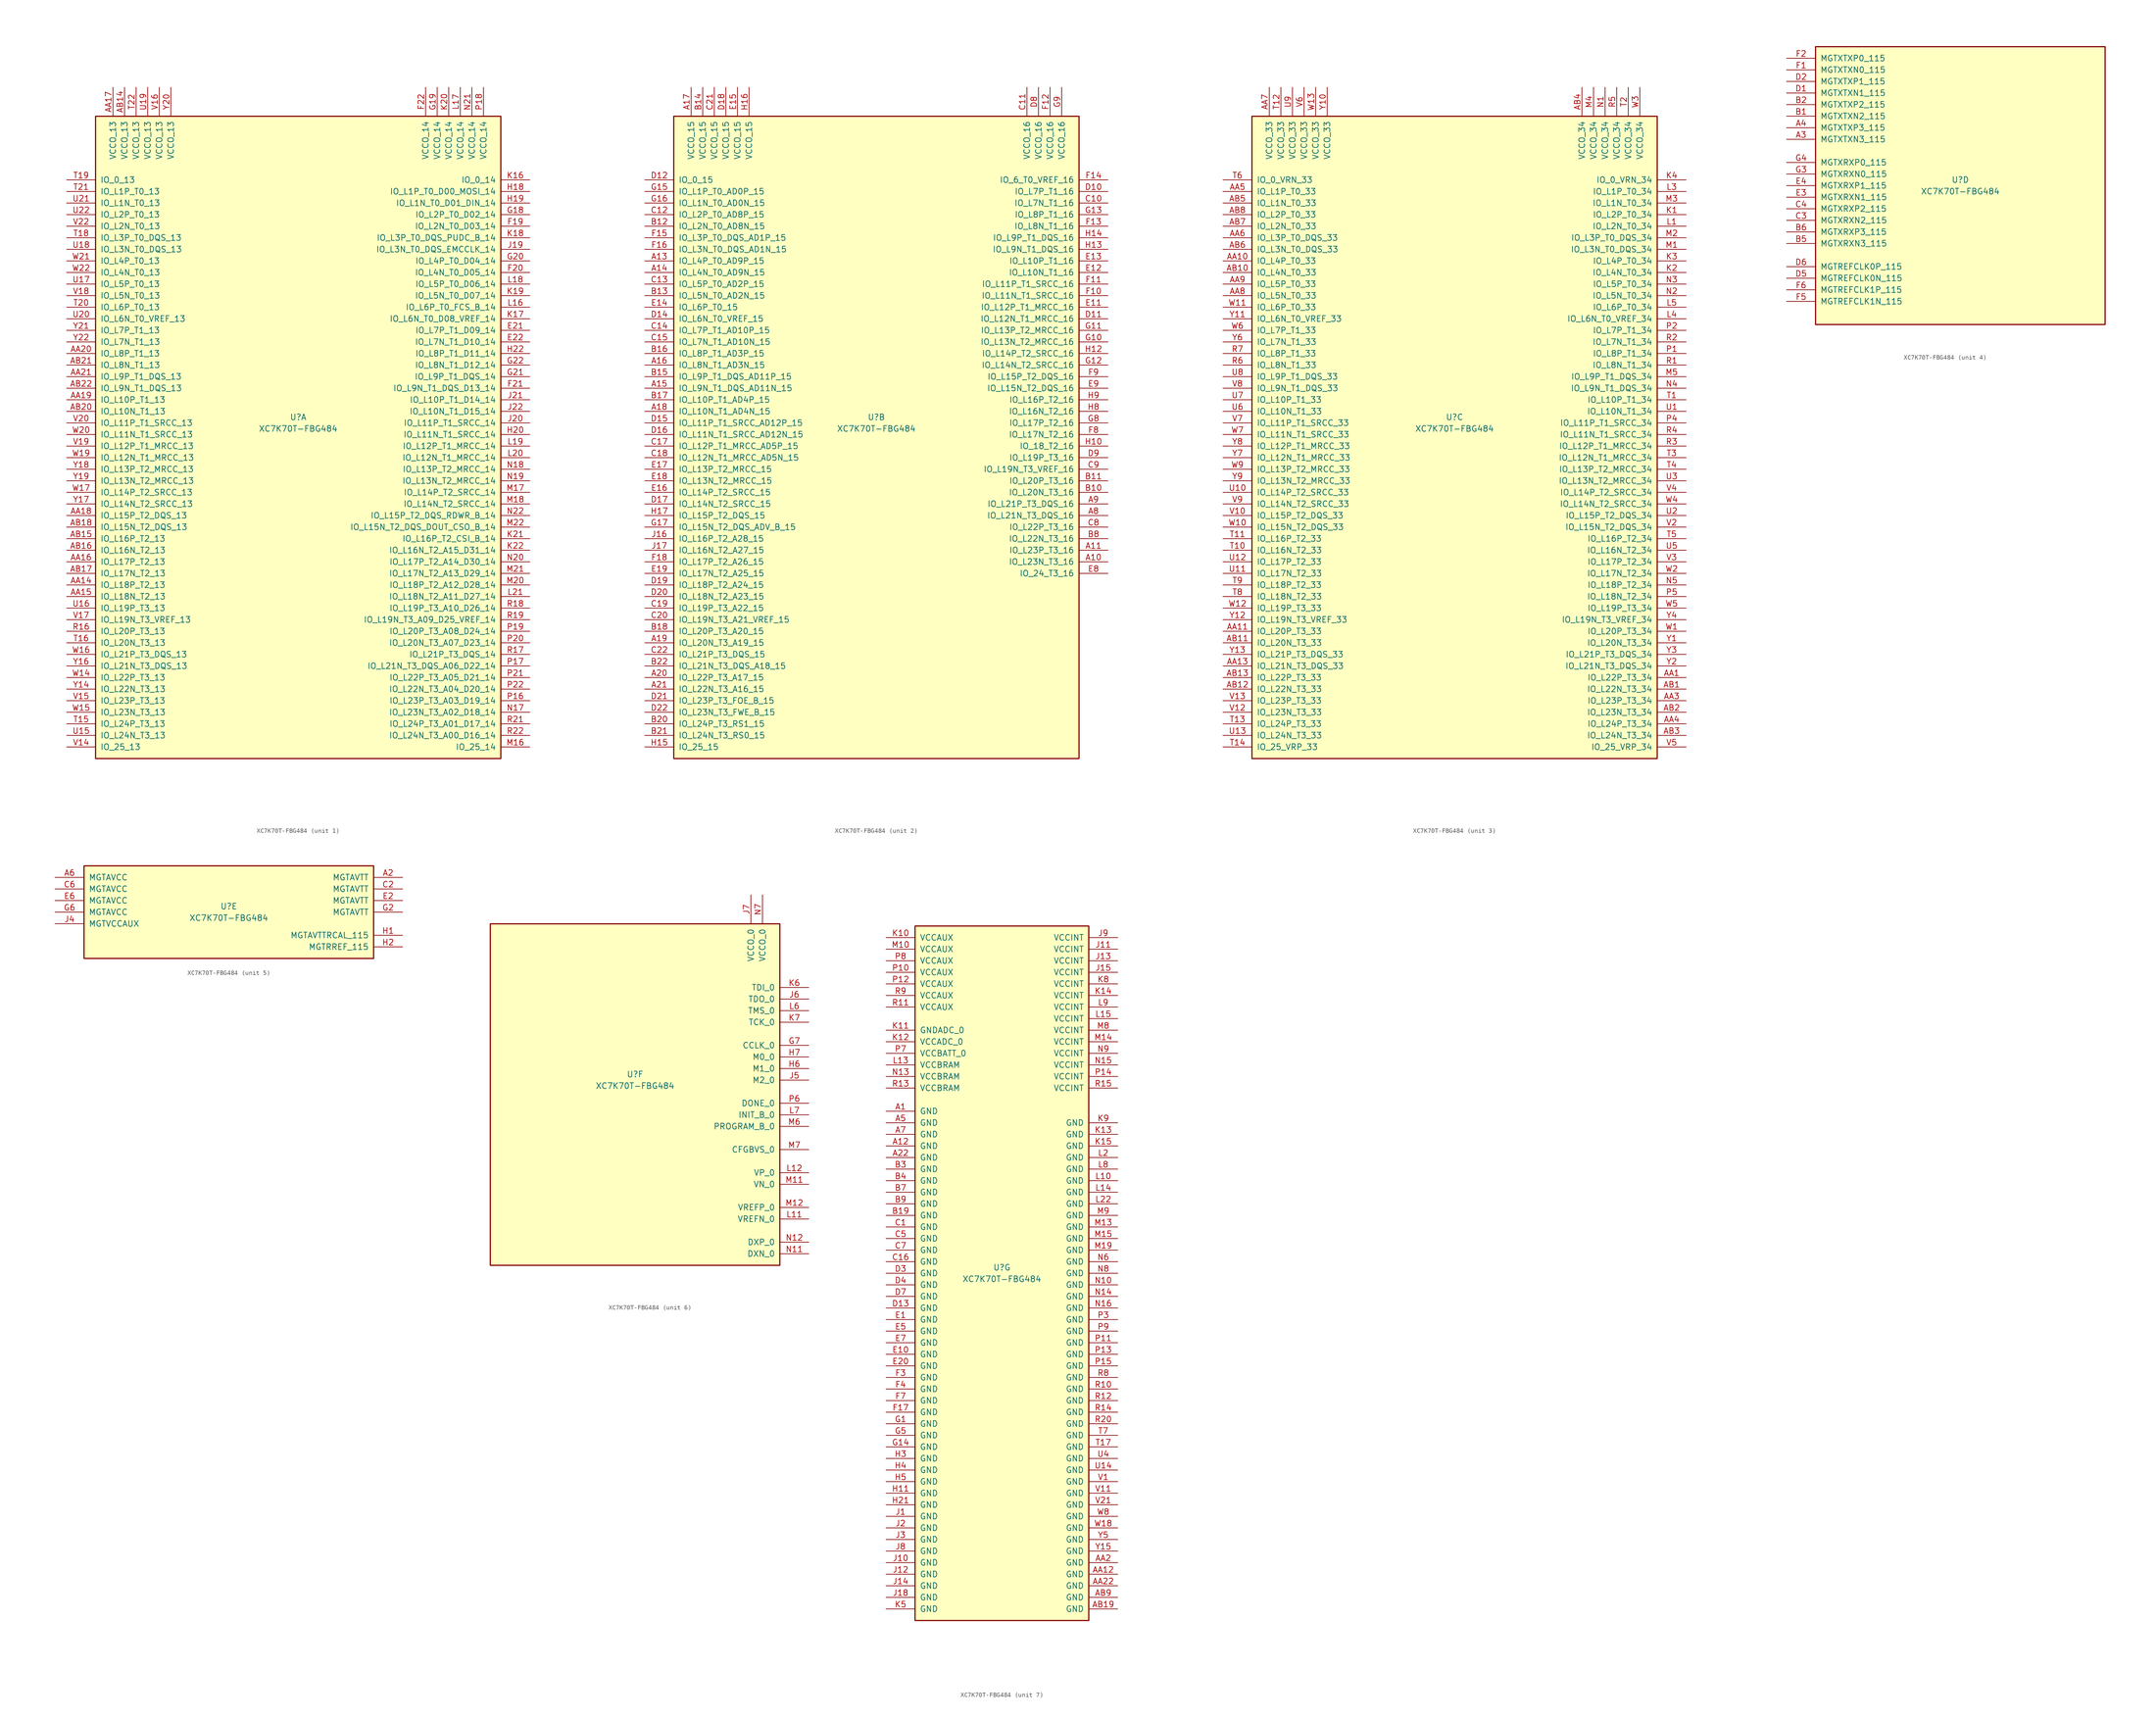
<source format=kicad_sym>
(kicad_symbol_lib
  (version 20201005)
  (generator kicad_symbol_editor)
  (symbol "XC7K70T-FBG484"
    (pin_names
      (offset 1.016))
    (property "Reference" "U"
      (at 0 1.27 0)
      (effects (font (size 1.27 1.27))))
    (property "Value" "XC7K70T-FBG484"
      (at 0 -1.27 0)
      (effects (font (size 1.27 1.27))))
    (property "Datasheet" ""
      (at 0 0 0)
      (effects (font (size 1.27 1.27))))
    (property "ki_locked" ""
      (at 0 0 0)
      (effects (font (size 1.27 1.27))))
    (symbol "XC7K70T-FBG484_1_1"
      (rectangle (start -44.45 67.31) (end 44.45 -73.66) (stroke (width 0.254)) (fill (type background)))
      (pin power_in line (at -40.64 73.66 270) (length 6.35) (name "VCCO_13" (effects (font (size 1.27 1.27)))) (number "AA17" (effects (font (size 1.27 1.27)))))
      (pin power_in line (at -38.1 73.66 270) (length 6.35) (name "VCCO_13" (effects (font (size 1.27 1.27)))) (number "AB14" (effects (font (size 1.27 1.27)))))
      (pin power_in line (at -35.56 73.66 270) (length 6.35) (name "VCCO_13" (effects (font (size 1.27 1.27)))) (number "T22" (effects (font (size 1.27 1.27)))))
      (pin power_in line (at -33.02 73.66 270) (length 6.35) (name "VCCO_13" (effects (font (size 1.27 1.27)))) (number "U19" (effects (font (size 1.27 1.27)))))
      (pin power_in line (at -30.48 73.66 270) (length 6.35) (name "VCCO_13" (effects (font (size 1.27 1.27)))) (number "V16" (effects (font (size 1.27 1.27)))))
      (pin power_in line (at -27.94 73.66 270) (length 6.35) (name "VCCO_13" (effects (font (size 1.27 1.27)))) (number "Y20" (effects (font (size 1.27 1.27)))))
      (pin bidirectional line (at -50.8 53.34 0) (length 6.35) (name "IO_0_13" (effects (font (size 1.27 1.27)))) (number "T19" (effects (font (size 1.27 1.27)))))
      (pin bidirectional line (at -50.8 50.8 0) (length 6.35) (name "IO_L1P_T0_13" (effects (font (size 1.27 1.27)))) (number "T21" (effects (font (size 1.27 1.27)))))
      (pin bidirectional line (at -50.8 48.26 0) (length 6.35) (name "IO_L1N_T0_13" (effects (font (size 1.27 1.27)))) (number "U21" (effects (font (size 1.27 1.27)))))
      (pin bidirectional line (at -50.8 45.72 0) (length 6.35) (name "IO_L2P_T0_13" (effects (font (size 1.27 1.27)))) (number "U22" (effects (font (size 1.27 1.27)))))
      (pin bidirectional line (at -50.8 43.18 0) (length 6.35) (name "IO_L2N_T0_13" (effects (font (size 1.27 1.27)))) (number "V22" (effects (font (size 1.27 1.27)))))
      (pin bidirectional line (at -50.8 40.64 0) (length 6.35) (name "IO_L3P_T0_DQS_13" (effects (font (size 1.27 1.27)))) (number "T18" (effects (font (size 1.27 1.27)))))
      (pin bidirectional line (at -50.8 38.1 0) (length 6.35) (name "IO_L3N_T0_DQS_13" (effects (font (size 1.27 1.27)))) (number "U18" (effects (font (size 1.27 1.27)))))
      (pin bidirectional line (at -50.8 35.56 0) (length 6.35) (name "IO_L4P_T0_13" (effects (font (size 1.27 1.27)))) (number "W21" (effects (font (size 1.27 1.27)))))
      (pin bidirectional line (at -50.8 33.02 0) (length 6.35) (name "IO_L4N_T0_13" (effects (font (size 1.27 1.27)))) (number "W22" (effects (font (size 1.27 1.27)))))
      (pin bidirectional line (at -50.8 30.48 0) (length 6.35) (name "IO_L5P_T0_13" (effects (font (size 1.27 1.27)))) (number "U17" (effects (font (size 1.27 1.27)))))
      (pin bidirectional line (at -50.8 27.94 0) (length 6.35) (name "IO_L5N_T0_13" (effects (font (size 1.27 1.27)))) (number "V18" (effects (font (size 1.27 1.27)))))
      (pin bidirectional line (at -50.8 25.4 0) (length 6.35) (name "IO_L6P_T0_13" (effects (font (size 1.27 1.27)))) (number "T20" (effects (font (size 1.27 1.27)))))
      (pin bidirectional line (at -50.8 22.86 0) (length 6.35) (name "IO_L6N_T0_VREF_13" (effects (font (size 1.27 1.27)))) (number "U20" (effects (font (size 1.27 1.27)))))
      (pin bidirectional line (at -50.8 20.32 0) (length 6.35) (name "IO_L7P_T1_13" (effects (font (size 1.27 1.27)))) (number "Y21" (effects (font (size 1.27 1.27)))))
      (pin bidirectional line (at -50.8 17.78 0) (length 6.35) (name "IO_L7N_T1_13" (effects (font (size 1.27 1.27)))) (number "Y22" (effects (font (size 1.27 1.27)))))
      (pin bidirectional line (at -50.8 15.24 0) (length 6.35) (name "IO_L8P_T1_13" (effects (font (size 1.27 1.27)))) (number "AA20" (effects (font (size 1.27 1.27)))))
      (pin bidirectional line (at -50.8 12.7 0) (length 6.35) (name "IO_L8N_T1_13" (effects (font (size 1.27 1.27)))) (number "AB21" (effects (font (size 1.27 1.27)))))
      (pin bidirectional line (at -50.8 10.16 0) (length 6.35) (name "IO_L9P_T1_DQS_13" (effects (font (size 1.27 1.27)))) (number "AA21" (effects (font (size 1.27 1.27)))))
      (pin bidirectional line (at -50.8 7.62 0) (length 6.35) (name "IO_L9N_T1_DQS_13" (effects (font (size 1.27 1.27)))) (number "AB22" (effects (font (size 1.27 1.27)))))
      (pin bidirectional line (at -50.8 5.08 0) (length 6.35) (name "IO_L10P_T1_13" (effects (font (size 1.27 1.27)))) (number "AA19" (effects (font (size 1.27 1.27)))))
      (pin bidirectional line (at -50.8 2.54 0) (length 6.35) (name "IO_L10N_T1_13" (effects (font (size 1.27 1.27)))) (number "AB20" (effects (font (size 1.27 1.27)))))
      (pin bidirectional line (at -50.8 0 0) (length 6.35) (name "IO_L11P_T1_SRCC_13" (effects (font (size 1.27 1.27)))) (number "V20" (effects (font (size 1.27 1.27)))))
      (pin bidirectional line (at -50.8 -2.54 0) (length 6.35) (name "IO_L11N_T1_SRCC_13" (effects (font (size 1.27 1.27)))) (number "W20" (effects (font (size 1.27 1.27)))))
      (pin bidirectional line (at -50.8 -5.08 0) (length 6.35) (name "IO_L12P_T1_MRCC_13" (effects (font (size 1.27 1.27)))) (number "V19" (effects (font (size 1.27 1.27)))))
      (pin bidirectional line (at -50.8 -7.62 0) (length 6.35) (name "IO_L12N_T1_MRCC_13" (effects (font (size 1.27 1.27)))) (number "W19" (effects (font (size 1.27 1.27)))))
      (pin bidirectional line (at -50.8 -10.16 0) (length 6.35) (name "IO_L13P_T2_MRCC_13" (effects (font (size 1.27 1.27)))) (number "Y18" (effects (font (size 1.27 1.27)))))
      (pin bidirectional line (at -50.8 -12.7 0) (length 6.35) (name "IO_L13N_T2_MRCC_13" (effects (font (size 1.27 1.27)))) (number "Y19" (effects (font (size 1.27 1.27)))))
      (pin bidirectional line (at -50.8 -15.24 0) (length 6.35) (name "IO_L14P_T2_SRCC_13" (effects (font (size 1.27 1.27)))) (number "W17" (effects (font (size 1.27 1.27)))))
      (pin bidirectional line (at -50.8 -17.78 0) (length 6.35) (name "IO_L14N_T2_SRCC_13" (effects (font (size 1.27 1.27)))) (number "Y17" (effects (font (size 1.27 1.27)))))
      (pin bidirectional line (at -50.8 -20.32 0) (length 6.35) (name "IO_L15P_T2_DQS_13" (effects (font (size 1.27 1.27)))) (number "AA18" (effects (font (size 1.27 1.27)))))
      (pin bidirectional line (at -50.8 -22.86 0) (length 6.35) (name "IO_L15N_T2_DQS_13" (effects (font (size 1.27 1.27)))) (number "AB18" (effects (font (size 1.27 1.27)))))
      (pin bidirectional line (at -50.8 -25.4 0) (length 6.35) (name "IO_L16P_T2_13" (effects (font (size 1.27 1.27)))) (number "AB15" (effects (font (size 1.27 1.27)))))
      (pin bidirectional line (at -50.8 -27.94 0) (length 6.35) (name "IO_L16N_T2_13" (effects (font (size 1.27 1.27)))) (number "AB16" (effects (font (size 1.27 1.27)))))
      (pin bidirectional line (at -50.8 -30.48 0) (length 6.35) (name "IO_L17P_T2_13" (effects (font (size 1.27 1.27)))) (number "AA16" (effects (font (size 1.27 1.27)))))
      (pin bidirectional line (at -50.8 -33.02 0) (length 6.35) (name "IO_L17N_T2_13" (effects (font (size 1.27 1.27)))) (number "AB17" (effects (font (size 1.27 1.27)))))
      (pin bidirectional line (at -50.8 -35.56 0) (length 6.35) (name "IO_L18P_T2_13" (effects (font (size 1.27 1.27)))) (number "AA14" (effects (font (size 1.27 1.27)))))
      (pin bidirectional line (at -50.8 -38.1 0) (length 6.35) (name "IO_L18N_T2_13" (effects (font (size 1.27 1.27)))) (number "AA15" (effects (font (size 1.27 1.27)))))
      (pin bidirectional line (at -50.8 -40.64 0) (length 6.35) (name "IO_L19P_T3_13" (effects (font (size 1.27 1.27)))) (number "U16" (effects (font (size 1.27 1.27)))))
      (pin bidirectional line (at -50.8 -43.18 0) (length 6.35) (name "IO_L19N_T3_VREF_13" (effects (font (size 1.27 1.27)))) (number "V17" (effects (font (size 1.27 1.27)))))
      (pin bidirectional line (at -50.8 -45.72 0) (length 6.35) (name "IO_L20P_T3_13" (effects (font (size 1.27 1.27)))) (number "R16" (effects (font (size 1.27 1.27)))))
      (pin bidirectional line (at -50.8 -48.26 0) (length 6.35) (name "IO_L20N_T3_13" (effects (font (size 1.27 1.27)))) (number "T16" (effects (font (size 1.27 1.27)))))
      (pin bidirectional line (at -50.8 -50.8 0) (length 6.35) (name "IO_L21P_T3_DQS_13" (effects (font (size 1.27 1.27)))) (number "W16" (effects (font (size 1.27 1.27)))))
      (pin bidirectional line (at -50.8 -53.34 0) (length 6.35) (name "IO_L21N_T3_DQS_13" (effects (font (size 1.27 1.27)))) (number "Y16" (effects (font (size 1.27 1.27)))))
      (pin bidirectional line (at -50.8 -55.88 0) (length 6.35) (name "IO_L22P_T3_13" (effects (font (size 1.27 1.27)))) (number "W14" (effects (font (size 1.27 1.27)))))
      (pin bidirectional line (at -50.8 -58.42 0) (length 6.35) (name "IO_L22N_T3_13" (effects (font (size 1.27 1.27)))) (number "Y14" (effects (font (size 1.27 1.27)))))
      (pin bidirectional line (at -50.8 -60.96 0) (length 6.35) (name "IO_L23P_T3_13" (effects (font (size 1.27 1.27)))) (number "V15" (effects (font (size 1.27 1.27)))))
      (pin bidirectional line (at -50.8 -63.5 0) (length 6.35) (name "IO_L23N_T3_13" (effects (font (size 1.27 1.27)))) (number "W15" (effects (font (size 1.27 1.27)))))
      (pin bidirectional line (at -50.8 -66.04 0) (length 6.35) (name "IO_L24P_T3_13" (effects (font (size 1.27 1.27)))) (number "T15" (effects (font (size 1.27 1.27)))))
      (pin bidirectional line (at -50.8 -68.58 0) (length 6.35) (name "IO_L24N_T3_13" (effects (font (size 1.27 1.27)))) (number "U15" (effects (font (size 1.27 1.27)))))
      (pin bidirectional line (at -50.8 -71.12 0) (length 6.35) (name "IO_25_13" (effects (font (size 1.27 1.27)))) (number "V14" (effects (font (size 1.27 1.27)))))
      (pin power_in line (at 27.94 73.66 270) (length 6.35) (name "VCCO_14" (effects (font (size 1.27 1.27)))) (number "F22" (effects (font (size 1.27 1.27)))))
      (pin power_in line (at 30.48 73.66 270) (length 6.35) (name "VCCO_14" (effects (font (size 1.27 1.27)))) (number "G19" (effects (font (size 1.27 1.27)))))
      (pin power_in line (at 33.02 73.66 270) (length 6.35) (name "VCCO_14" (effects (font (size 1.27 1.27)))) (number "K20" (effects (font (size 1.27 1.27)))))
      (pin power_in line (at 35.56 73.66 270) (length 6.35) (name "VCCO_14" (effects (font (size 1.27 1.27)))) (number "L17" (effects (font (size 1.27 1.27)))))
      (pin power_in line (at 38.1 73.66 270) (length 6.35) (name "VCCO_14" (effects (font (size 1.27 1.27)))) (number "N21" (effects (font (size 1.27 1.27)))))
      (pin power_in line (at 40.64 73.66 270) (length 6.35) (name "VCCO_14" (effects (font (size 1.27 1.27)))) (number "P18" (effects (font (size 1.27 1.27)))))
      (pin bidirectional line (at 50.8 53.34 180) (length 6.35) (name "IO_0_14" (effects (font (size 1.27 1.27)))) (number "K16" (effects (font (size 1.27 1.27)))))
      (pin bidirectional line (at 50.8 50.8 180) (length 6.35) (name "IO_L1P_T0_D00_MOSI_14" (effects (font (size 1.27 1.27)))) (number "H18" (effects (font (size 1.27 1.27)))))
      (pin bidirectional line (at 50.8 48.26 180) (length 6.35) (name "IO_L1N_T0_D01_DIN_14" (effects (font (size 1.27 1.27)))) (number "H19" (effects (font (size 1.27 1.27)))))
      (pin bidirectional line (at 50.8 45.72 180) (length 6.35) (name "IO_L2P_T0_D02_14" (effects (font (size 1.27 1.27)))) (number "G18" (effects (font (size 1.27 1.27)))))
      (pin bidirectional line (at 50.8 43.18 180) (length 6.35) (name "IO_L2N_T0_D03_14" (effects (font (size 1.27 1.27)))) (number "F19" (effects (font (size 1.27 1.27)))))
      (pin bidirectional line (at 50.8 40.64 180) (length 6.35) (name "IO_L3P_T0_DQS_PUDC_B_14" (effects (font (size 1.27 1.27)))) (number "K18" (effects (font (size 1.27 1.27)))))
      (pin bidirectional line (at 50.8 38.1 180) (length 6.35) (name "IO_L3N_T0_DQS_EMCCLK_14" (effects (font (size 1.27 1.27)))) (number "J19" (effects (font (size 1.27 1.27)))))
      (pin bidirectional line (at 50.8 35.56 180) (length 6.35) (name "IO_L4P_T0_D04_14" (effects (font (size 1.27 1.27)))) (number "G20" (effects (font (size 1.27 1.27)))))
      (pin bidirectional line (at 50.8 33.02 180) (length 6.35) (name "IO_L4N_T0_D05_14" (effects (font (size 1.27 1.27)))) (number "F20" (effects (font (size 1.27 1.27)))))
      (pin bidirectional line (at 50.8 30.48 180) (length 6.35) (name "IO_L5P_T0_D06_14" (effects (font (size 1.27 1.27)))) (number "L18" (effects (font (size 1.27 1.27)))))
      (pin bidirectional line (at 50.8 27.94 180) (length 6.35) (name "IO_L5N_T0_D07_14" (effects (font (size 1.27 1.27)))) (number "K19" (effects (font (size 1.27 1.27)))))
      (pin bidirectional line (at 50.8 25.4 180) (length 6.35) (name "IO_L6P_T0_FCS_B_14" (effects (font (size 1.27 1.27)))) (number "L16" (effects (font (size 1.27 1.27)))))
      (pin bidirectional line (at 50.8 22.86 180) (length 6.35) (name "IO_L6N_T0_D08_VREF_14" (effects (font (size 1.27 1.27)))) (number "K17" (effects (font (size 1.27 1.27)))))
      (pin bidirectional line (at 50.8 20.32 180) (length 6.35) (name "IO_L7P_T1_D09_14" (effects (font (size 1.27 1.27)))) (number "E21" (effects (font (size 1.27 1.27)))))
      (pin bidirectional line (at 50.8 17.78 180) (length 6.35) (name "IO_L7N_T1_D10_14" (effects (font (size 1.27 1.27)))) (number "E22" (effects (font (size 1.27 1.27)))))
      (pin bidirectional line (at 50.8 15.24 180) (length 6.35) (name "IO_L8P_T1_D11_14" (effects (font (size 1.27 1.27)))) (number "H22" (effects (font (size 1.27 1.27)))))
      (pin bidirectional line (at 50.8 12.7 180) (length 6.35) (name "IO_L8N_T1_D12_14" (effects (font (size 1.27 1.27)))) (number "G22" (effects (font (size 1.27 1.27)))))
      (pin bidirectional line (at 50.8 10.16 180) (length 6.35) (name "IO_L9P_T1_DQS_14" (effects (font (size 1.27 1.27)))) (number "G21" (effects (font (size 1.27 1.27)))))
      (pin bidirectional line (at 50.8 7.62 180) (length 6.35) (name "IO_L9N_T1_DQS_D13_14" (effects (font (size 1.27 1.27)))) (number "F21" (effects (font (size 1.27 1.27)))))
      (pin bidirectional line (at 50.8 5.08 180) (length 6.35) (name "IO_L10P_T1_D14_14" (effects (font (size 1.27 1.27)))) (number "J21" (effects (font (size 1.27 1.27)))))
      (pin bidirectional line (at 50.8 2.54 180) (length 6.35) (name "IO_L10N_T1_D15_14" (effects (font (size 1.27 1.27)))) (number "J22" (effects (font (size 1.27 1.27)))))
      (pin bidirectional line (at 50.8 0 180) (length 6.35) (name "IO_L11P_T1_SRCC_14" (effects (font (size 1.27 1.27)))) (number "J20" (effects (font (size 1.27 1.27)))))
      (pin bidirectional line (at 50.8 -2.54 180) (length 6.35) (name "IO_L11N_T1_SRCC_14" (effects (font (size 1.27 1.27)))) (number "H20" (effects (font (size 1.27 1.27)))))
      (pin bidirectional line (at 50.8 -5.08 180) (length 6.35) (name "IO_L12P_T1_MRCC_14" (effects (font (size 1.27 1.27)))) (number "L19" (effects (font (size 1.27 1.27)))))
      (pin bidirectional line (at 50.8 -7.62 180) (length 6.35) (name "IO_L12N_T1_MRCC_14" (effects (font (size 1.27 1.27)))) (number "L20" (effects (font (size 1.27 1.27)))))
      (pin bidirectional line (at 50.8 -10.16 180) (length 6.35) (name "IO_L13P_T2_MRCC_14" (effects (font (size 1.27 1.27)))) (number "N18" (effects (font (size 1.27 1.27)))))
      (pin bidirectional line (at 50.8 -12.7 180) (length 6.35) (name "IO_L13N_T2_MRCC_14" (effects (font (size 1.27 1.27)))) (number "N19" (effects (font (size 1.27 1.27)))))
      (pin bidirectional line (at 50.8 -15.24 180) (length 6.35) (name "IO_L14P_T2_SRCC_14" (effects (font (size 1.27 1.27)))) (number "M17" (effects (font (size 1.27 1.27)))))
      (pin bidirectional line (at 50.8 -17.78 180) (length 6.35) (name "IO_L14N_T2_SRCC_14" (effects (font (size 1.27 1.27)))) (number "M18" (effects (font (size 1.27 1.27)))))
      (pin bidirectional line (at 50.8 -20.32 180) (length 6.35) (name "IO_L15P_T2_DQS_RDWR_B_14" (effects (font (size 1.27 1.27)))) (number "N22" (effects (font (size 1.27 1.27)))))
      (pin bidirectional line (at 50.8 -22.86 180) (length 6.35) (name "IO_L15N_T2_DQS_DOUT_CSO_B_14" (effects (font (size 1.27 1.27)))) (number "M22" (effects (font (size 1.27 1.27)))))
      (pin bidirectional line (at 50.8 -25.4 180) (length 6.35) (name "IO_L16P_T2_CSI_B_14" (effects (font (size 1.27 1.27)))) (number "K21" (effects (font (size 1.27 1.27)))))
      (pin bidirectional line (at 50.8 -27.94 180) (length 6.35) (name "IO_L16N_T2_A15_D31_14" (effects (font (size 1.27 1.27)))) (number "K22" (effects (font (size 1.27 1.27)))))
      (pin bidirectional line (at 50.8 -30.48 180) (length 6.35) (name "IO_L17P_T2_A14_D30_14" (effects (font (size 1.27 1.27)))) (number "N20" (effects (font (size 1.27 1.27)))))
      (pin bidirectional line (at 50.8 -33.02 180) (length 6.35) (name "IO_L17N_T2_A13_D29_14" (effects (font (size 1.27 1.27)))) (number "M21" (effects (font (size 1.27 1.27)))))
      (pin bidirectional line (at 50.8 -35.56 180) (length 6.35) (name "IO_L18P_T2_A12_D28_14" (effects (font (size 1.27 1.27)))) (number "M20" (effects (font (size 1.27 1.27)))))
      (pin bidirectional line (at 50.8 -38.1 180) (length 6.35) (name "IO_L18N_T2_A11_D27_14" (effects (font (size 1.27 1.27)))) (number "L21" (effects (font (size 1.27 1.27)))))
      (pin bidirectional line (at 50.8 -40.64 180) (length 6.35) (name "IO_L19P_T3_A10_D26_14" (effects (font (size 1.27 1.27)))) (number "R18" (effects (font (size 1.27 1.27)))))
      (pin bidirectional line (at 50.8 -43.18 180) (length 6.35) (name "IO_L19N_T3_A09_D25_VREF_14" (effects (font (size 1.27 1.27)))) (number "R19" (effects (font (size 1.27 1.27)))))
      (pin bidirectional line (at 50.8 -45.72 180) (length 6.35) (name "IO_L20P_T3_A08_D24_14" (effects (font (size 1.27 1.27)))) (number "P19" (effects (font (size 1.27 1.27)))))
      (pin bidirectional line (at 50.8 -48.26 180) (length 6.35) (name "IO_L20N_T3_A07_D23_14" (effects (font (size 1.27 1.27)))) (number "P20" (effects (font (size 1.27 1.27)))))
      (pin bidirectional line (at 50.8 -50.8 180) (length 6.35) (name "IO_L21P_T3_DQS_14" (effects (font (size 1.27 1.27)))) (number "R17" (effects (font (size 1.27 1.27)))))
      (pin bidirectional line (at 50.8 -53.34 180) (length 6.35) (name "IO_L21N_T3_DQS_A06_D22_14" (effects (font (size 1.27 1.27)))) (number "P17" (effects (font (size 1.27 1.27)))))
      (pin bidirectional line (at 50.8 -55.88 180) (length 6.35) (name "IO_L22P_T3_A05_D21_14" (effects (font (size 1.27 1.27)))) (number "P21" (effects (font (size 1.27 1.27)))))
      (pin bidirectional line (at 50.8 -58.42 180) (length 6.35) (name "IO_L22N_T3_A04_D20_14" (effects (font (size 1.27 1.27)))) (number "P22" (effects (font (size 1.27 1.27)))))
      (pin bidirectional line (at 50.8 -60.96 180) (length 6.35) (name "IO_L23P_T3_A03_D19_14" (effects (font (size 1.27 1.27)))) (number "P16" (effects (font (size 1.27 1.27)))))
      (pin bidirectional line (at 50.8 -63.5 180) (length 6.35) (name "IO_L23N_T3_A02_D18_14" (effects (font (size 1.27 1.27)))) (number "N17" (effects (font (size 1.27 1.27)))))
      (pin bidirectional line (at 50.8 -66.04 180) (length 6.35) (name "IO_L24P_T3_A01_D17_14" (effects (font (size 1.27 1.27)))) (number "R21" (effects (font (size 1.27 1.27)))))
      (pin bidirectional line (at 50.8 -68.58 180) (length 6.35) (name "IO_L24N_T3_A00_D16_14" (effects (font (size 1.27 1.27)))) (number "R22" (effects (font (size 1.27 1.27)))))
      (pin bidirectional line (at 50.8 -71.12 180) (length 6.35) (name "IO_25_14" (effects (font (size 1.27 1.27)))) (number "M16" (effects (font (size 1.27 1.27))))))
    (symbol "XC7K70T-FBG484_2_1"
      (rectangle (start -44.45 67.31) (end 44.45 -73.66) (stroke (width 0.254)) (fill (type background)))
      (pin power_in line (at -40.64 73.66 270) (length 6.35) (name "VCCO_15" (effects (font (size 1.27 1.27)))) (number "A17" (effects (font (size 1.27 1.27)))))
      (pin power_in line (at -38.1 73.66 270) (length 6.35) (name "VCCO_15" (effects (font (size 1.27 1.27)))) (number "B14" (effects (font (size 1.27 1.27)))))
      (pin power_in line (at -35.56 73.66 270) (length 6.35) (name "VCCO_15" (effects (font (size 1.27 1.27)))) (number "C21" (effects (font (size 1.27 1.27)))))
      (pin power_in line (at -33.02 73.66 270) (length 6.35) (name "VCCO_15" (effects (font (size 1.27 1.27)))) (number "D18" (effects (font (size 1.27 1.27)))))
      (pin power_in line (at -30.48 73.66 270) (length 6.35) (name "VCCO_15" (effects (font (size 1.27 1.27)))) (number "E15" (effects (font (size 1.27 1.27)))))
      (pin power_in line (at -27.94 73.66 270) (length 6.35) (name "VCCO_15" (effects (font (size 1.27 1.27)))) (number "H16" (effects (font (size 1.27 1.27)))))
      (pin bidirectional line (at -50.8 53.34 0) (length 6.35) (name "IO_0_15" (effects (font (size 1.27 1.27)))) (number "D12" (effects (font (size 1.27 1.27)))))
      (pin bidirectional line (at -50.8 50.8 0) (length 6.35) (name "IO_L1P_T0_AD0P_15" (effects (font (size 1.27 1.27)))) (number "G15" (effects (font (size 1.27 1.27)))))
      (pin bidirectional line (at -50.8 48.26 0) (length 6.35) (name "IO_L1N_T0_AD0N_15" (effects (font (size 1.27 1.27)))) (number "G16" (effects (font (size 1.27 1.27)))))
      (pin bidirectional line (at -50.8 45.72 0) (length 6.35) (name "IO_L2P_T0_AD8P_15" (effects (font (size 1.27 1.27)))) (number "C12" (effects (font (size 1.27 1.27)))))
      (pin bidirectional line (at -50.8 43.18 0) (length 6.35) (name "IO_L2N_T0_AD8N_15" (effects (font (size 1.27 1.27)))) (number "B12" (effects (font (size 1.27 1.27)))))
      (pin bidirectional line (at -50.8 40.64 0) (length 6.35) (name "IO_L3P_T0_DQS_AD1P_15" (effects (font (size 1.27 1.27)))) (number "F15" (effects (font (size 1.27 1.27)))))
      (pin bidirectional line (at -50.8 38.1 0) (length 6.35) (name "IO_L3N_T0_DQS_AD1N_15" (effects (font (size 1.27 1.27)))) (number "F16" (effects (font (size 1.27 1.27)))))
      (pin bidirectional line (at -50.8 35.56 0) (length 6.35) (name "IO_L4P_T0_AD9P_15" (effects (font (size 1.27 1.27)))) (number "A13" (effects (font (size 1.27 1.27)))))
      (pin bidirectional line (at -50.8 33.02 0) (length 6.35) (name "IO_L4N_T0_AD9N_15" (effects (font (size 1.27 1.27)))) (number "A14" (effects (font (size 1.27 1.27)))))
      (pin bidirectional line (at -50.8 30.48 0) (length 6.35) (name "IO_L5P_T0_AD2P_15" (effects (font (size 1.27 1.27)))) (number "C13" (effects (font (size 1.27 1.27)))))
      (pin bidirectional line (at -50.8 27.94 0) (length 6.35) (name "IO_L5N_T0_AD2N_15" (effects (font (size 1.27 1.27)))) (number "B13" (effects (font (size 1.27 1.27)))))
      (pin bidirectional line (at -50.8 25.4 0) (length 6.35) (name "IO_L6P_T0_15" (effects (font (size 1.27 1.27)))) (number "E14" (effects (font (size 1.27 1.27)))))
      (pin bidirectional line (at -50.8 22.86 0) (length 6.35) (name "IO_L6N_T0_VREF_15" (effects (font (size 1.27 1.27)))) (number "D14" (effects (font (size 1.27 1.27)))))
      (pin bidirectional line (at -50.8 20.32 0) (length 6.35) (name "IO_L7P_T1_AD10P_15" (effects (font (size 1.27 1.27)))) (number "C14" (effects (font (size 1.27 1.27)))))
      (pin bidirectional line (at -50.8 17.78 0) (length 6.35) (name "IO_L7N_T1_AD10N_15" (effects (font (size 1.27 1.27)))) (number "C15" (effects (font (size 1.27 1.27)))))
      (pin bidirectional line (at -50.8 15.24 0) (length 6.35) (name "IO_L8P_T1_AD3P_15" (effects (font (size 1.27 1.27)))) (number "B16" (effects (font (size 1.27 1.27)))))
      (pin bidirectional line (at -50.8 12.7 0) (length 6.35) (name "IO_L8N_T1_AD3N_15" (effects (font (size 1.27 1.27)))) (number "A16" (effects (font (size 1.27 1.27)))))
      (pin bidirectional line (at -50.8 10.16 0) (length 6.35) (name "IO_L9P_T1_DQS_AD11P_15" (effects (font (size 1.27 1.27)))) (number "B15" (effects (font (size 1.27 1.27)))))
      (pin bidirectional line (at -50.8 7.62 0) (length 6.35) (name "IO_L9N_T1_DQS_AD11N_15" (effects (font (size 1.27 1.27)))) (number "A15" (effects (font (size 1.27 1.27)))))
      (pin bidirectional line (at -50.8 5.08 0) (length 6.35) (name "IO_L10P_T1_AD4P_15" (effects (font (size 1.27 1.27)))) (number "B17" (effects (font (size 1.27 1.27)))))
      (pin bidirectional line (at -50.8 2.54 0) (length 6.35) (name "IO_L10N_T1_AD4N_15" (effects (font (size 1.27 1.27)))) (number "A18" (effects (font (size 1.27 1.27)))))
      (pin bidirectional line (at -50.8 0 0) (length 6.35) (name "IO_L11P_T1_SRCC_AD12P_15" (effects (font (size 1.27 1.27)))) (number "D15" (effects (font (size 1.27 1.27)))))
      (pin bidirectional line (at -50.8 -2.54 0) (length 6.35) (name "IO_L11N_T1_SRCC_AD12N_15" (effects (font (size 1.27 1.27)))) (number "D16" (effects (font (size 1.27 1.27)))))
      (pin bidirectional line (at -50.8 -5.08 0) (length 6.35) (name "IO_L12P_T1_MRCC_AD5P_15" (effects (font (size 1.27 1.27)))) (number "C17" (effects (font (size 1.27 1.27)))))
      (pin bidirectional line (at -50.8 -7.62 0) (length 6.35) (name "IO_L12N_T1_MRCC_AD5N_15" (effects (font (size 1.27 1.27)))) (number "C18" (effects (font (size 1.27 1.27)))))
      (pin bidirectional line (at -50.8 -10.16 0) (length 6.35) (name "IO_L13P_T2_MRCC_15" (effects (font (size 1.27 1.27)))) (number "E17" (effects (font (size 1.27 1.27)))))
      (pin bidirectional line (at -50.8 -12.7 0) (length 6.35) (name "IO_L13N_T2_MRCC_15" (effects (font (size 1.27 1.27)))) (number "E18" (effects (font (size 1.27 1.27)))))
      (pin bidirectional line (at -50.8 -15.24 0) (length 6.35) (name "IO_L14P_T2_SRCC_15" (effects (font (size 1.27 1.27)))) (number "E16" (effects (font (size 1.27 1.27)))))
      (pin bidirectional line (at -50.8 -17.78 0) (length 6.35) (name "IO_L14N_T2_SRCC_15" (effects (font (size 1.27 1.27)))) (number "D17" (effects (font (size 1.27 1.27)))))
      (pin bidirectional line (at -50.8 -20.32 0) (length 6.35) (name "IO_L15P_T2_DQS_15" (effects (font (size 1.27 1.27)))) (number "H17" (effects (font (size 1.27 1.27)))))
      (pin bidirectional line (at -50.8 -22.86 0) (length 6.35) (name "IO_L15N_T2_DQS_ADV_B_15" (effects (font (size 1.27 1.27)))) (number "G17" (effects (font (size 1.27 1.27)))))
      (pin bidirectional line (at -50.8 -25.4 0) (length 6.35) (name "IO_L16P_T2_A28_15" (effects (font (size 1.27 1.27)))) (number "J16" (effects (font (size 1.27 1.27)))))
      (pin bidirectional line (at -50.8 -27.94 0) (length 6.35) (name "IO_L16N_T2_A27_15" (effects (font (size 1.27 1.27)))) (number "J17" (effects (font (size 1.27 1.27)))))
      (pin bidirectional line (at -50.8 -30.48 0) (length 6.35) (name "IO_L17P_T2_A26_15" (effects (font (size 1.27 1.27)))) (number "F18" (effects (font (size 1.27 1.27)))))
      (pin bidirectional line (at -50.8 -33.02 0) (length 6.35) (name "IO_L17N_T2_A25_15" (effects (font (size 1.27 1.27)))) (number "E19" (effects (font (size 1.27 1.27)))))
      (pin bidirectional line (at -50.8 -35.56 0) (length 6.35) (name "IO_L18P_T2_A24_15" (effects (font (size 1.27 1.27)))) (number "D19" (effects (font (size 1.27 1.27)))))
      (pin bidirectional line (at -50.8 -38.1 0) (length 6.35) (name "IO_L18N_T2_A23_15" (effects (font (size 1.27 1.27)))) (number "D20" (effects (font (size 1.27 1.27)))))
      (pin bidirectional line (at -50.8 -40.64 0) (length 6.35) (name "IO_L19P_T3_A22_15" (effects (font (size 1.27 1.27)))) (number "C19" (effects (font (size 1.27 1.27)))))
      (pin bidirectional line (at -50.8 -43.18 0) (length 6.35) (name "IO_L19N_T3_A21_VREF_15" (effects (font (size 1.27 1.27)))) (number "C20" (effects (font (size 1.27 1.27)))))
      (pin bidirectional line (at -50.8 -45.72 0) (length 6.35) (name "IO_L20P_T3_A20_15" (effects (font (size 1.27 1.27)))) (number "B18" (effects (font (size 1.27 1.27)))))
      (pin bidirectional line (at -50.8 -48.26 0) (length 6.35) (name "IO_L20N_T3_A19_15" (effects (font (size 1.27 1.27)))) (number "A19" (effects (font (size 1.27 1.27)))))
      (pin bidirectional line (at -50.8 -50.8 0) (length 6.35) (name "IO_L21P_T3_DQS_15" (effects (font (size 1.27 1.27)))) (number "C22" (effects (font (size 1.27 1.27)))))
      (pin bidirectional line (at -50.8 -53.34 0) (length 6.35) (name "IO_L21N_T3_DQS_A18_15" (effects (font (size 1.27 1.27)))) (number "B22" (effects (font (size 1.27 1.27)))))
      (pin bidirectional line (at -50.8 -55.88 0) (length 6.35) (name "IO_L22P_T3_A17_15" (effects (font (size 1.27 1.27)))) (number "A20" (effects (font (size 1.27 1.27)))))
      (pin bidirectional line (at -50.8 -58.42 0) (length 6.35) (name "IO_L22N_T3_A16_15" (effects (font (size 1.27 1.27)))) (number "A21" (effects (font (size 1.27 1.27)))))
      (pin bidirectional line (at -50.8 -60.96 0) (length 6.35) (name "IO_L23P_T3_FOE_B_15" (effects (font (size 1.27 1.27)))) (number "D21" (effects (font (size 1.27 1.27)))))
      (pin bidirectional line (at -50.8 -63.5 0) (length 6.35) (name "IO_L23N_T3_FWE_B_15" (effects (font (size 1.27 1.27)))) (number "D22" (effects (font (size 1.27 1.27)))))
      (pin bidirectional line (at -50.8 -66.04 0) (length 6.35) (name "IO_L24P_T3_RS1_15" (effects (font (size 1.27 1.27)))) (number "B20" (effects (font (size 1.27 1.27)))))
      (pin bidirectional line (at -50.8 -68.58 0) (length 6.35) (name "IO_L24N_T3_RS0_15" (effects (font (size 1.27 1.27)))) (number "B21" (effects (font (size 1.27 1.27)))))
      (pin bidirectional line (at -50.8 -71.12 0) (length 6.35) (name "IO_25_15" (effects (font (size 1.27 1.27)))) (number "H15" (effects (font (size 1.27 1.27)))))
      (pin power_in line (at 33.02 73.66 270) (length 6.35) (name "VCCO_16" (effects (font (size 1.27 1.27)))) (number "C11" (effects (font (size 1.27 1.27)))))
      (pin power_in line (at 35.56 73.66 270) (length 6.35) (name "VCCO_16" (effects (font (size 1.27 1.27)))) (number "D8" (effects (font (size 1.27 1.27)))))
      (pin power_in line (at 38.1 73.66 270) (length 6.35) (name "VCCO_16" (effects (font (size 1.27 1.27)))) (number "F12" (effects (font (size 1.27 1.27)))))
      (pin power_in line (at 40.64 73.66 270) (length 6.35) (name "VCCO_16" (effects (font (size 1.27 1.27)))) (number "G9" (effects (font (size 1.27 1.27)))))
      (pin bidirectional line (at 50.8 53.34 180) (length 6.35) (name "IO_6_T0_VREF_16" (effects (font (size 1.27 1.27)))) (number "F14" (effects (font (size 1.27 1.27)))))
      (pin bidirectional line (at 50.8 50.8 180) (length 6.35) (name "IO_L7P_T1_16" (effects (font (size 1.27 1.27)))) (number "D10" (effects (font (size 1.27 1.27)))))
      (pin bidirectional line (at 50.8 48.26 180) (length 6.35) (name "IO_L7N_T1_16" (effects (font (size 1.27 1.27)))) (number "C10" (effects (font (size 1.27 1.27)))))
      (pin bidirectional line (at 50.8 45.72 180) (length 6.35) (name "IO_L8P_T1_16" (effects (font (size 1.27 1.27)))) (number "G13" (effects (font (size 1.27 1.27)))))
      (pin bidirectional line (at 50.8 43.18 180) (length 6.35) (name "IO_L8N_T1_16" (effects (font (size 1.27 1.27)))) (number "F13" (effects (font (size 1.27 1.27)))))
      (pin bidirectional line (at 50.8 40.64 180) (length 6.35) (name "IO_L9P_T1_DQS_16" (effects (font (size 1.27 1.27)))) (number "H14" (effects (font (size 1.27 1.27)))))
      (pin bidirectional line (at 50.8 38.1 180) (length 6.35) (name "IO_L9N_T1_DQS_16" (effects (font (size 1.27 1.27)))) (number "H13" (effects (font (size 1.27 1.27)))))
      (pin bidirectional line (at 50.8 35.56 180) (length 6.35) (name "IO_L10P_T1_16" (effects (font (size 1.27 1.27)))) (number "E13" (effects (font (size 1.27 1.27)))))
      (pin bidirectional line (at 50.8 33.02 180) (length 6.35) (name "IO_L10N_T1_16" (effects (font (size 1.27 1.27)))) (number "E12" (effects (font (size 1.27 1.27)))))
      (pin bidirectional line (at 50.8 30.48 180) (length 6.35) (name "IO_L11P_T1_SRCC_16" (effects (font (size 1.27 1.27)))) (number "F11" (effects (font (size 1.27 1.27)))))
      (pin bidirectional line (at 50.8 27.94 180) (length 6.35) (name "IO_L11N_T1_SRCC_16" (effects (font (size 1.27 1.27)))) (number "F10" (effects (font (size 1.27 1.27)))))
      (pin bidirectional line (at 50.8 25.4 180) (length 6.35) (name "IO_L12P_T1_MRCC_16" (effects (font (size 1.27 1.27)))) (number "E11" (effects (font (size 1.27 1.27)))))
      (pin bidirectional line (at 50.8 22.86 180) (length 6.35) (name "IO_L12N_T1_MRCC_16" (effects (font (size 1.27 1.27)))) (number "D11" (effects (font (size 1.27 1.27)))))
      (pin bidirectional line (at 50.8 20.32 180) (length 6.35) (name "IO_L13P_T2_MRCC_16" (effects (font (size 1.27 1.27)))) (number "G11" (effects (font (size 1.27 1.27)))))
      (pin bidirectional line (at 50.8 17.78 180) (length 6.35) (name "IO_L13N_T2_MRCC_16" (effects (font (size 1.27 1.27)))) (number "G10" (effects (font (size 1.27 1.27)))))
      (pin bidirectional line (at 50.8 15.24 180) (length 6.35) (name "IO_L14P_T2_SRCC_16" (effects (font (size 1.27 1.27)))) (number "H12" (effects (font (size 1.27 1.27)))))
      (pin bidirectional line (at 50.8 12.7 180) (length 6.35) (name "IO_L14N_T2_SRCC_16" (effects (font (size 1.27 1.27)))) (number "G12" (effects (font (size 1.27 1.27)))))
      (pin bidirectional line (at 50.8 10.16 180) (length 6.35) (name "IO_L15P_T2_DQS_16" (effects (font (size 1.27 1.27)))) (number "F9" (effects (font (size 1.27 1.27)))))
      (pin bidirectional line (at 50.8 7.62 180) (length 6.35) (name "IO_L15N_T2_DQS_16" (effects (font (size 1.27 1.27)))) (number "E9" (effects (font (size 1.27 1.27)))))
      (pin bidirectional line (at 50.8 5.08 180) (length 6.35) (name "IO_L16P_T2_16" (effects (font (size 1.27 1.27)))) (number "H9" (effects (font (size 1.27 1.27)))))
      (pin bidirectional line (at 50.8 2.54 180) (length 6.35) (name "IO_L16N_T2_16" (effects (font (size 1.27 1.27)))) (number "H8" (effects (font (size 1.27 1.27)))))
      (pin bidirectional line (at 50.8 0 180) (length 6.35) (name "IO_L17P_T2_16" (effects (font (size 1.27 1.27)))) (number "G8" (effects (font (size 1.27 1.27)))))
      (pin bidirectional line (at 50.8 -2.54 180) (length 6.35) (name "IO_L17N_T2_16" (effects (font (size 1.27 1.27)))) (number "F8" (effects (font (size 1.27 1.27)))))
      (pin bidirectional line (at 50.8 -5.08 180) (length 6.35) (name "IO_18_T2_16" (effects (font (size 1.27 1.27)))) (number "H10" (effects (font (size 1.27 1.27)))))
      (pin bidirectional line (at 50.8 -7.62 180) (length 6.35) (name "IO_L19P_T3_16" (effects (font (size 1.27 1.27)))) (number "D9" (effects (font (size 1.27 1.27)))))
      (pin bidirectional line (at 50.8 -10.16 180) (length 6.35) (name "IO_L19N_T3_VREF_16" (effects (font (size 1.27 1.27)))) (number "C9" (effects (font (size 1.27 1.27)))))
      (pin bidirectional line (at 50.8 -12.7 180) (length 6.35) (name "IO_L20P_T3_16" (effects (font (size 1.27 1.27)))) (number "B11" (effects (font (size 1.27 1.27)))))
      (pin bidirectional line (at 50.8 -15.24 180) (length 6.35) (name "IO_L20N_T3_16" (effects (font (size 1.27 1.27)))) (number "B10" (effects (font (size 1.27 1.27)))))
      (pin bidirectional line (at 50.8 -17.78 180) (length 6.35) (name "IO_L21P_T3_DQS_16" (effects (font (size 1.27 1.27)))) (number "A9" (effects (font (size 1.27 1.27)))))
      (pin bidirectional line (at 50.8 -20.32 180) (length 6.35) (name "IO_L21N_T3_DQS_16" (effects (font (size 1.27 1.27)))) (number "A8" (effects (font (size 1.27 1.27)))))
      (pin bidirectional line (at 50.8 -22.86 180) (length 6.35) (name "IO_L22P_T3_16" (effects (font (size 1.27 1.27)))) (number "C8" (effects (font (size 1.27 1.27)))))
      (pin bidirectional line (at 50.8 -25.4 180) (length 6.35) (name "IO_L22N_T3_16" (effects (font (size 1.27 1.27)))) (number "B8" (effects (font (size 1.27 1.27)))))
      (pin bidirectional line (at 50.8 -27.94 180) (length 6.35) (name "IO_L23P_T3_16" (effects (font (size 1.27 1.27)))) (number "A11" (effects (font (size 1.27 1.27)))))
      (pin bidirectional line (at 50.8 -30.48 180) (length 6.35) (name "IO_L23N_T3_16" (effects (font (size 1.27 1.27)))) (number "A10" (effects (font (size 1.27 1.27)))))
      (pin bidirectional line (at 50.8 -33.02 180) (length 6.35) (name "IO_24_T3_16" (effects (font (size 1.27 1.27)))) (number "E8" (effects (font (size 1.27 1.27))))))
    (symbol "XC7K70T-FBG484_3_1"
      (rectangle (start -44.45 67.31) (end 44.45 -73.66) (stroke (width 0.254)) (fill (type background)))
      (pin power_in line (at -40.64 73.66 270) (length 6.35) (name "VCCO_33" (effects (font (size 1.27 1.27)))) (number "AA7" (effects (font (size 1.27 1.27)))))
      (pin power_in line (at -38.1 73.66 270) (length 6.35) (name "VCCO_33" (effects (font (size 1.27 1.27)))) (number "T12" (effects (font (size 1.27 1.27)))))
      (pin power_in line (at -35.56 73.66 270) (length 6.35) (name "VCCO_33" (effects (font (size 1.27 1.27)))) (number "U9" (effects (font (size 1.27 1.27)))))
      (pin power_in line (at -33.02 73.66 270) (length 6.35) (name "VCCO_33" (effects (font (size 1.27 1.27)))) (number "V6" (effects (font (size 1.27 1.27)))))
      (pin power_in line (at -30.48 73.66 270) (length 6.35) (name "VCCO_33" (effects (font (size 1.27 1.27)))) (number "W13" (effects (font (size 1.27 1.27)))))
      (pin power_in line (at -27.94 73.66 270) (length 6.35) (name "VCCO_33" (effects (font (size 1.27 1.27)))) (number "Y10" (effects (font (size 1.27 1.27)))))
      (pin bidirectional line (at -50.8 53.34 0) (length 6.35) (name "IO_0_VRN_33" (effects (font (size 1.27 1.27)))) (number "T6" (effects (font (size 1.27 1.27)))))
      (pin bidirectional line (at -50.8 50.8 0) (length 6.35) (name "IO_L1P_T0_33" (effects (font (size 1.27 1.27)))) (number "AA5" (effects (font (size 1.27 1.27)))))
      (pin bidirectional line (at -50.8 48.26 0) (length 6.35) (name "IO_L1N_T0_33" (effects (font (size 1.27 1.27)))) (number "AB5" (effects (font (size 1.27 1.27)))))
      (pin bidirectional line (at -50.8 45.72 0) (length 6.35) (name "IO_L2P_T0_33" (effects (font (size 1.27 1.27)))) (number "AB8" (effects (font (size 1.27 1.27)))))
      (pin bidirectional line (at -50.8 43.18 0) (length 6.35) (name "IO_L2N_T0_33" (effects (font (size 1.27 1.27)))) (number "AB7" (effects (font (size 1.27 1.27)))))
      (pin bidirectional line (at -50.8 40.64 0) (length 6.35) (name "IO_L3P_T0_DQS_33" (effects (font (size 1.27 1.27)))) (number "AA6" (effects (font (size 1.27 1.27)))))
      (pin bidirectional line (at -50.8 38.1 0) (length 6.35) (name "IO_L3N_T0_DQS_33" (effects (font (size 1.27 1.27)))) (number "AB6" (effects (font (size 1.27 1.27)))))
      (pin bidirectional line (at -50.8 35.56 0) (length 6.35) (name "IO_L4P_T0_33" (effects (font (size 1.27 1.27)))) (number "AA10" (effects (font (size 1.27 1.27)))))
      (pin bidirectional line (at -50.8 33.02 0) (length 6.35) (name "IO_L4N_T0_33" (effects (font (size 1.27 1.27)))) (number "AB10" (effects (font (size 1.27 1.27)))))
      (pin bidirectional line (at -50.8 30.48 0) (length 6.35) (name "IO_L5P_T0_33" (effects (font (size 1.27 1.27)))) (number "AA9" (effects (font (size 1.27 1.27)))))
      (pin bidirectional line (at -50.8 27.94 0) (length 6.35) (name "IO_L5N_T0_33" (effects (font (size 1.27 1.27)))) (number "AA8" (effects (font (size 1.27 1.27)))))
      (pin bidirectional line (at -50.8 25.4 0) (length 6.35) (name "IO_L6P_T0_33" (effects (font (size 1.27 1.27)))) (number "W11" (effects (font (size 1.27 1.27)))))
      (pin bidirectional line (at -50.8 22.86 0) (length 6.35) (name "IO_L6N_T0_VREF_33" (effects (font (size 1.27 1.27)))) (number "Y11" (effects (font (size 1.27 1.27)))))
      (pin bidirectional line (at -50.8 20.32 0) (length 6.35) (name "IO_L7P_T1_33" (effects (font (size 1.27 1.27)))) (number "W6" (effects (font (size 1.27 1.27)))))
      (pin bidirectional line (at -50.8 17.78 0) (length 6.35) (name "IO_L7N_T1_33" (effects (font (size 1.27 1.27)))) (number "Y6" (effects (font (size 1.27 1.27)))))
      (pin bidirectional line (at -50.8 15.24 0) (length 6.35) (name "IO_L8P_T1_33" (effects (font (size 1.27 1.27)))) (number "R7" (effects (font (size 1.27 1.27)))))
      (pin bidirectional line (at -50.8 12.7 0) (length 6.35) (name "IO_L8N_T1_33" (effects (font (size 1.27 1.27)))) (number "R6" (effects (font (size 1.27 1.27)))))
      (pin bidirectional line (at -50.8 10.16 0) (length 6.35) (name "IO_L9P_T1_DQS_33" (effects (font (size 1.27 1.27)))) (number "U8" (effects (font (size 1.27 1.27)))))
      (pin bidirectional line (at -50.8 7.62 0) (length 6.35) (name "IO_L9N_T1_DQS_33" (effects (font (size 1.27 1.27)))) (number "V8" (effects (font (size 1.27 1.27)))))
      (pin bidirectional line (at -50.8 5.08 0) (length 6.35) (name "IO_L10P_T1_33" (effects (font (size 1.27 1.27)))) (number "U7" (effects (font (size 1.27 1.27)))))
      (pin bidirectional line (at -50.8 2.54 0) (length 6.35) (name "IO_L10N_T1_33" (effects (font (size 1.27 1.27)))) (number "U6" (effects (font (size 1.27 1.27)))))
      (pin bidirectional line (at -50.8 0 0) (length 6.35) (name "IO_L11P_T1_SRCC_33" (effects (font (size 1.27 1.27)))) (number "V7" (effects (font (size 1.27 1.27)))))
      (pin bidirectional line (at -50.8 -2.54 0) (length 6.35) (name "IO_L11N_T1_SRCC_33" (effects (font (size 1.27 1.27)))) (number "W7" (effects (font (size 1.27 1.27)))))
      (pin bidirectional line (at -50.8 -5.08 0) (length 6.35) (name "IO_L12P_T1_MRCC_33" (effects (font (size 1.27 1.27)))) (number "Y8" (effects (font (size 1.27 1.27)))))
      (pin bidirectional line (at -50.8 -7.62 0) (length 6.35) (name "IO_L12N_T1_MRCC_33" (effects (font (size 1.27 1.27)))) (number "Y7" (effects (font (size 1.27 1.27)))))
      (pin bidirectional line (at -50.8 -10.16 0) (length 6.35) (name "IO_L13P_T2_MRCC_33" (effects (font (size 1.27 1.27)))) (number "W9" (effects (font (size 1.27 1.27)))))
      (pin bidirectional line (at -50.8 -12.7 0) (length 6.35) (name "IO_L13N_T2_MRCC_33" (effects (font (size 1.27 1.27)))) (number "Y9" (effects (font (size 1.27 1.27)))))
      (pin bidirectional line (at -50.8 -15.24 0) (length 6.35) (name "IO_L14P_T2_SRCC_33" (effects (font (size 1.27 1.27)))) (number "U10" (effects (font (size 1.27 1.27)))))
      (pin bidirectional line (at -50.8 -17.78 0) (length 6.35) (name "IO_L14N_T2_SRCC_33" (effects (font (size 1.27 1.27)))) (number "V9" (effects (font (size 1.27 1.27)))))
      (pin bidirectional line (at -50.8 -20.32 0) (length 6.35) (name "IO_L15P_T2_DQS_33" (effects (font (size 1.27 1.27)))) (number "V10" (effects (font (size 1.27 1.27)))))
      (pin bidirectional line (at -50.8 -22.86 0) (length 6.35) (name "IO_L15N_T2_DQS_33" (effects (font (size 1.27 1.27)))) (number "W10" (effects (font (size 1.27 1.27)))))
      (pin bidirectional line (at -50.8 -25.4 0) (length 6.35) (name "IO_L16P_T2_33" (effects (font (size 1.27 1.27)))) (number "T11" (effects (font (size 1.27 1.27)))))
      (pin bidirectional line (at -50.8 -27.94 0) (length 6.35) (name "IO_L16N_T2_33" (effects (font (size 1.27 1.27)))) (number "T10" (effects (font (size 1.27 1.27)))))
      (pin bidirectional line (at -50.8 -30.48 0) (length 6.35) (name "IO_L17P_T2_33" (effects (font (size 1.27 1.27)))) (number "U12" (effects (font (size 1.27 1.27)))))
      (pin bidirectional line (at -50.8 -33.02 0) (length 6.35) (name "IO_L17N_T2_33" (effects (font (size 1.27 1.27)))) (number "U11" (effects (font (size 1.27 1.27)))))
      (pin bidirectional line (at -50.8 -35.56 0) (length 6.35) (name "IO_L18P_T2_33" (effects (font (size 1.27 1.27)))) (number "T9" (effects (font (size 1.27 1.27)))))
      (pin bidirectional line (at -50.8 -38.1 0) (length 6.35) (name "IO_L18N_T2_33" (effects (font (size 1.27 1.27)))) (number "T8" (effects (font (size 1.27 1.27)))))
      (pin bidirectional line (at -50.8 -40.64 0) (length 6.35) (name "IO_L19P_T3_33" (effects (font (size 1.27 1.27)))) (number "W12" (effects (font (size 1.27 1.27)))))
      (pin bidirectional line (at -50.8 -43.18 0) (length 6.35) (name "IO_L19N_T3_VREF_33" (effects (font (size 1.27 1.27)))) (number "Y12" (effects (font (size 1.27 1.27)))))
      (pin bidirectional line (at -50.8 -45.72 0) (length 6.35) (name "IO_L20P_T3_33" (effects (font (size 1.27 1.27)))) (number "AA11" (effects (font (size 1.27 1.27)))))
      (pin bidirectional line (at -50.8 -48.26 0) (length 6.35) (name "IO_L20N_T3_33" (effects (font (size 1.27 1.27)))) (number "AB11" (effects (font (size 1.27 1.27)))))
      (pin bidirectional line (at -50.8 -50.8 0) (length 6.35) (name "IO_L21P_T3_DQS_33" (effects (font (size 1.27 1.27)))) (number "Y13" (effects (font (size 1.27 1.27)))))
      (pin bidirectional line (at -50.8 -53.34 0) (length 6.35) (name "IO_L21N_T3_DQS_33" (effects (font (size 1.27 1.27)))) (number "AA13" (effects (font (size 1.27 1.27)))))
      (pin bidirectional line (at -50.8 -55.88 0) (length 6.35) (name "IO_L22P_T3_33" (effects (font (size 1.27 1.27)))) (number "AB13" (effects (font (size 1.27 1.27)))))
      (pin bidirectional line (at -50.8 -58.42 0) (length 6.35) (name "IO_L22N_T3_33" (effects (font (size 1.27 1.27)))) (number "AB12" (effects (font (size 1.27 1.27)))))
      (pin bidirectional line (at -50.8 -60.96 0) (length 6.35) (name "IO_L23P_T3_33" (effects (font (size 1.27 1.27)))) (number "V13" (effects (font (size 1.27 1.27)))))
      (pin bidirectional line (at -50.8 -63.5 0) (length 6.35) (name "IO_L23N_T3_33" (effects (font (size 1.27 1.27)))) (number "V12" (effects (font (size 1.27 1.27)))))
      (pin bidirectional line (at -50.8 -66.04 0) (length 6.35) (name "IO_L24P_T3_33" (effects (font (size 1.27 1.27)))) (number "T13" (effects (font (size 1.27 1.27)))))
      (pin bidirectional line (at -50.8 -68.58 0) (length 6.35) (name "IO_L24N_T3_33" (effects (font (size 1.27 1.27)))) (number "U13" (effects (font (size 1.27 1.27)))))
      (pin bidirectional line (at -50.8 -71.12 0) (length 6.35) (name "IO_25_VRP_33" (effects (font (size 1.27 1.27)))) (number "T14" (effects (font (size 1.27 1.27)))))
      (pin power_in line (at 27.94 73.66 270) (length 6.35) (name "VCCO_34" (effects (font (size 1.27 1.27)))) (number "AB4" (effects (font (size 1.27 1.27)))))
      (pin power_in line (at 30.48 73.66 270) (length 6.35) (name "VCCO_34" (effects (font (size 1.27 1.27)))) (number "M4" (effects (font (size 1.27 1.27)))))
      (pin power_in line (at 33.02 73.66 270) (length 6.35) (name "VCCO_34" (effects (font (size 1.27 1.27)))) (number "N1" (effects (font (size 1.27 1.27)))))
      (pin power_in line (at 35.56 73.66 270) (length 6.35) (name "VCCO_34" (effects (font (size 1.27 1.27)))) (number "R5" (effects (font (size 1.27 1.27)))))
      (pin power_in line (at 38.1 73.66 270) (length 6.35) (name "VCCO_34" (effects (font (size 1.27 1.27)))) (number "T2" (effects (font (size 1.27 1.27)))))
      (pin power_in line (at 40.64 73.66 270) (length 6.35) (name "VCCO_34" (effects (font (size 1.27 1.27)))) (number "W3" (effects (font (size 1.27 1.27)))))
      (pin bidirectional line (at 50.8 53.34 180) (length 6.35) (name "IO_0_VRN_34" (effects (font (size 1.27 1.27)))) (number "K4" (effects (font (size 1.27 1.27)))))
      (pin bidirectional line (at 50.8 50.8 180) (length 6.35) (name "IO_L1P_T0_34" (effects (font (size 1.27 1.27)))) (number "L3" (effects (font (size 1.27 1.27)))))
      (pin bidirectional line (at 50.8 48.26 180) (length 6.35) (name "IO_L1N_T0_34" (effects (font (size 1.27 1.27)))) (number "M3" (effects (font (size 1.27 1.27)))))
      (pin bidirectional line (at 50.8 45.72 180) (length 6.35) (name "IO_L2P_T0_34" (effects (font (size 1.27 1.27)))) (number "K1" (effects (font (size 1.27 1.27)))))
      (pin bidirectional line (at 50.8 43.18 180) (length 6.35) (name "IO_L2N_T0_34" (effects (font (size 1.27 1.27)))) (number "L1" (effects (font (size 1.27 1.27)))))
      (pin bidirectional line (at 50.8 40.64 180) (length 6.35) (name "IO_L3P_T0_DQS_34" (effects (font (size 1.27 1.27)))) (number "M2" (effects (font (size 1.27 1.27)))))
      (pin bidirectional line (at 50.8 38.1 180) (length 6.35) (name "IO_L3N_T0_DQS_34" (effects (font (size 1.27 1.27)))) (number "M1" (effects (font (size 1.27 1.27)))))
      (pin bidirectional line (at 50.8 35.56 180) (length 6.35) (name "IO_L4P_T0_34" (effects (font (size 1.27 1.27)))) (number "K3" (effects (font (size 1.27 1.27)))))
      (pin bidirectional line (at 50.8 33.02 180) (length 6.35) (name "IO_L4N_T0_34" (effects (font (size 1.27 1.27)))) (number "K2" (effects (font (size 1.27 1.27)))))
      (pin bidirectional line (at 50.8 30.48 180) (length 6.35) (name "IO_L5P_T0_34" (effects (font (size 1.27 1.27)))) (number "N3" (effects (font (size 1.27 1.27)))))
      (pin bidirectional line (at 50.8 27.94 180) (length 6.35) (name "IO_L5N_T0_34" (effects (font (size 1.27 1.27)))) (number "N2" (effects (font (size 1.27 1.27)))))
      (pin bidirectional line (at 50.8 25.4 180) (length 6.35) (name "IO_L6P_T0_34" (effects (font (size 1.27 1.27)))) (number "L5" (effects (font (size 1.27 1.27)))))
      (pin bidirectional line (at 50.8 22.86 180) (length 6.35) (name "IO_L6N_T0_VREF_34" (effects (font (size 1.27 1.27)))) (number "L4" (effects (font (size 1.27 1.27)))))
      (pin bidirectional line (at 50.8 20.32 180) (length 6.35) (name "IO_L7P_T1_34" (effects (font (size 1.27 1.27)))) (number "P2" (effects (font (size 1.27 1.27)))))
      (pin bidirectional line (at 50.8 17.78 180) (length 6.35) (name "IO_L7N_T1_34" (effects (font (size 1.27 1.27)))) (number "R2" (effects (font (size 1.27 1.27)))))
      (pin bidirectional line (at 50.8 15.24 180) (length 6.35) (name "IO_L8P_T1_34" (effects (font (size 1.27 1.27)))) (number "P1" (effects (font (size 1.27 1.27)))))
      (pin bidirectional line (at 50.8 12.7 180) (length 6.35) (name "IO_L8N_T1_34" (effects (font (size 1.27 1.27)))) (number "R1" (effects (font (size 1.27 1.27)))))
      (pin bidirectional line (at 50.8 10.16 180) (length 6.35) (name "IO_L9P_T1_DQS_34" (effects (font (size 1.27 1.27)))) (number "M5" (effects (font (size 1.27 1.27)))))
      (pin bidirectional line (at 50.8 7.62 180) (length 6.35) (name "IO_L9N_T1_DQS_34" (effects (font (size 1.27 1.27)))) (number "N4" (effects (font (size 1.27 1.27)))))
      (pin bidirectional line (at 50.8 5.08 180) (length 6.35) (name "IO_L10P_T1_34" (effects (font (size 1.27 1.27)))) (number "T1" (effects (font (size 1.27 1.27)))))
      (pin bidirectional line (at 50.8 2.54 180) (length 6.35) (name "IO_L10N_T1_34" (effects (font (size 1.27 1.27)))) (number "U1" (effects (font (size 1.27 1.27)))))
      (pin bidirectional line (at 50.8 0 180) (length 6.35) (name "IO_L11P_T1_SRCC_34" (effects (font (size 1.27 1.27)))) (number "P4" (effects (font (size 1.27 1.27)))))
      (pin bidirectional line (at 50.8 -2.54 180) (length 6.35) (name "IO_L11N_T1_SRCC_34" (effects (font (size 1.27 1.27)))) (number "R4" (effects (font (size 1.27 1.27)))))
      (pin bidirectional line (at 50.8 -5.08 180) (length 6.35) (name "IO_L12P_T1_MRCC_34" (effects (font (size 1.27 1.27)))) (number "R3" (effects (font (size 1.27 1.27)))))
      (pin bidirectional line (at 50.8 -7.62 180) (length 6.35) (name "IO_L12N_T1_MRCC_34" (effects (font (size 1.27 1.27)))) (number "T3" (effects (font (size 1.27 1.27)))))
      (pin bidirectional line (at 50.8 -10.16 180) (length 6.35) (name "IO_L13P_T2_MRCC_34" (effects (font (size 1.27 1.27)))) (number "T4" (effects (font (size 1.27 1.27)))))
      (pin bidirectional line (at 50.8 -12.7 180) (length 6.35) (name "IO_L13N_T2_MRCC_34" (effects (font (size 1.27 1.27)))) (number "U3" (effects (font (size 1.27 1.27)))))
      (pin bidirectional line (at 50.8 -15.24 180) (length 6.35) (name "IO_L14P_T2_SRCC_34" (effects (font (size 1.27 1.27)))) (number "V4" (effects (font (size 1.27 1.27)))))
      (pin bidirectional line (at 50.8 -17.78 180) (length 6.35) (name "IO_L14N_T2_SRCC_34" (effects (font (size 1.27 1.27)))) (number "W4" (effects (font (size 1.27 1.27)))))
      (pin bidirectional line (at 50.8 -20.32 180) (length 6.35) (name "IO_L15P_T2_DQS_34" (effects (font (size 1.27 1.27)))) (number "U2" (effects (font (size 1.27 1.27)))))
      (pin bidirectional line (at 50.8 -22.86 180) (length 6.35) (name "IO_L15N_T2_DQS_34" (effects (font (size 1.27 1.27)))) (number "V2" (effects (font (size 1.27 1.27)))))
      (pin bidirectional line (at 50.8 -25.4 180) (length 6.35) (name "IO_L16P_T2_34" (effects (font (size 1.27 1.27)))) (number "T5" (effects (font (size 1.27 1.27)))))
      (pin bidirectional line (at 50.8 -27.94 180) (length 6.35) (name "IO_L16N_T2_34" (effects (font (size 1.27 1.27)))) (number "U5" (effects (font (size 1.27 1.27)))))
      (pin bidirectional line (at 50.8 -30.48 180) (length 6.35) (name "IO_L17P_T2_34" (effects (font (size 1.27 1.27)))) (number "V3" (effects (font (size 1.27 1.27)))))
      (pin bidirectional line (at 50.8 -33.02 180) (length 6.35) (name "IO_L17N_T2_34" (effects (font (size 1.27 1.27)))) (number "W2" (effects (font (size 1.27 1.27)))))
      (pin bidirectional line (at 50.8 -35.56 180) (length 6.35) (name "IO_L18P_T2_34" (effects (font (size 1.27 1.27)))) (number "N5" (effects (font (size 1.27 1.27)))))
      (pin bidirectional line (at 50.8 -38.1 180) (length 6.35) (name "IO_L18N_T2_34" (effects (font (size 1.27 1.27)))) (number "P5" (effects (font (size 1.27 1.27)))))
      (pin bidirectional line (at 50.8 -40.64 180) (length 6.35) (name "IO_L19P_T3_34" (effects (font (size 1.27 1.27)))) (number "W5" (effects (font (size 1.27 1.27)))))
      (pin bidirectional line (at 50.8 -43.18 180) (length 6.35) (name "IO_L19N_T3_VREF_34" (effects (font (size 1.27 1.27)))) (number "Y4" (effects (font (size 1.27 1.27)))))
      (pin bidirectional line (at 50.8 -45.72 180) (length 6.35) (name "IO_L20P_T3_34" (effects (font (size 1.27 1.27)))) (number "W1" (effects (font (size 1.27 1.27)))))
      (pin bidirectional line (at 50.8 -48.26 180) (length 6.35) (name "IO_L20N_T3_34" (effects (font (size 1.27 1.27)))) (number "Y1" (effects (font (size 1.27 1.27)))))
      (pin bidirectional line (at 50.8 -50.8 180) (length 6.35) (name "IO_L21P_T3_DQS_34" (effects (font (size 1.27 1.27)))) (number "Y3" (effects (font (size 1.27 1.27)))))
      (pin bidirectional line (at 50.8 -53.34 180) (length 6.35) (name "IO_L21N_T3_DQS_34" (effects (font (size 1.27 1.27)))) (number "Y2" (effects (font (size 1.27 1.27)))))
      (pin bidirectional line (at 50.8 -55.88 180) (length 6.35) (name "IO_L22P_T3_34" (effects (font (size 1.27 1.27)))) (number "AA1" (effects (font (size 1.27 1.27)))))
      (pin bidirectional line (at 50.8 -58.42 180) (length 6.35) (name "IO_L22N_T3_34" (effects (font (size 1.27 1.27)))) (number "AB1" (effects (font (size 1.27 1.27)))))
      (pin bidirectional line (at 50.8 -60.96 180) (length 6.35) (name "IO_L23P_T3_34" (effects (font (size 1.27 1.27)))) (number "AA3" (effects (font (size 1.27 1.27)))))
      (pin bidirectional line (at 50.8 -63.5 180) (length 6.35) (name "IO_L23N_T3_34" (effects (font (size 1.27 1.27)))) (number "AB2" (effects (font (size 1.27 1.27)))))
      (pin bidirectional line (at 50.8 -66.04 180) (length 6.35) (name "IO_L24P_T3_34" (effects (font (size 1.27 1.27)))) (number "AA4" (effects (font (size 1.27 1.27)))))
      (pin bidirectional line (at 50.8 -68.58 180) (length 6.35) (name "IO_L24N_T3_34" (effects (font (size 1.27 1.27)))) (number "AB3" (effects (font (size 1.27 1.27)))))
      (pin bidirectional line (at 50.8 -71.12 180) (length 6.35) (name "IO_25_VRP_34" (effects (font (size 1.27 1.27)))) (number "V5" (effects (font (size 1.27 1.27))))))
    (symbol "XC7K70T-FBG484_4_1"
      (rectangle (start -31.75 30.48) (end 31.75 -30.48) (stroke (width 0.254)) (fill (type background)))
      (pin bidirectional line (at -38.1 27.94 0) (length 6.35) (name "MGTXTXP0_115" (effects (font (size 1.27 1.27)))) (number "F2" (effects (font (size 1.27 1.27)))))
      (pin bidirectional line (at -38.1 25.4 0) (length 6.35) (name "MGTXTXN0_115" (effects (font (size 1.27 1.27)))) (number "F1" (effects (font (size 1.27 1.27)))))
      (pin bidirectional line (at -38.1 22.86 0) (length 6.35) (name "MGTXTXP1_115" (effects (font (size 1.27 1.27)))) (number "D2" (effects (font (size 1.27 1.27)))))
      (pin bidirectional line (at -38.1 20.32 0) (length 6.35) (name "MGTXTXN1_115" (effects (font (size 1.27 1.27)))) (number "D1" (effects (font (size 1.27 1.27)))))
      (pin bidirectional line (at -38.1 17.78 0) (length 6.35) (name "MGTXTXP2_115" (effects (font (size 1.27 1.27)))) (number "B2" (effects (font (size 1.27 1.27)))))
      (pin bidirectional line (at -38.1 15.24 0) (length 6.35) (name "MGTXTXN2_115" (effects (font (size 1.27 1.27)))) (number "B1" (effects (font (size 1.27 1.27)))))
      (pin bidirectional line (at -38.1 12.7 0) (length 6.35) (name "MGTXTXP3_115" (effects (font (size 1.27 1.27)))) (number "A4" (effects (font (size 1.27 1.27)))))
      (pin bidirectional line (at -38.1 10.16 0) (length 6.35) (name "MGTXTXN3_115" (effects (font (size 1.27 1.27)))) (number "A3" (effects (font (size 1.27 1.27)))))
      (pin bidirectional line (at -38.1 5.08 0) (length 6.35) (name "MGTXRXP0_115" (effects (font (size 1.27 1.27)))) (number "G4" (effects (font (size 1.27 1.27)))))
      (pin bidirectional line (at -38.1 2.54 0) (length 6.35) (name "MGTXRXN0_115" (effects (font (size 1.27 1.27)))) (number "G3" (effects (font (size 1.27 1.27)))))
      (pin bidirectional line (at -38.1 0 0) (length 6.35) (name "MGTXRXP1_115" (effects (font (size 1.27 1.27)))) (number "E4" (effects (font (size 1.27 1.27)))))
      (pin bidirectional line (at -38.1 -2.54 0) (length 6.35) (name "MGTXRXN1_115" (effects (font (size 1.27 1.27)))) (number "E3" (effects (font (size 1.27 1.27)))))
      (pin bidirectional line (at -38.1 -5.08 0) (length 6.35) (name "MGTXRXP2_115" (effects (font (size 1.27 1.27)))) (number "C4" (effects (font (size 1.27 1.27)))))
      (pin bidirectional line (at -38.1 -7.62 0) (length 6.35) (name "MGTXRXN2_115" (effects (font (size 1.27 1.27)))) (number "C3" (effects (font (size 1.27 1.27)))))
      (pin bidirectional line (at -38.1 -10.16 0) (length 6.35) (name "MGTXRXP3_115" (effects (font (size 1.27 1.27)))) (number "B6" (effects (font (size 1.27 1.27)))))
      (pin bidirectional line (at -38.1 -12.7 0) (length 6.35) (name "MGTXRXN3_115" (effects (font (size 1.27 1.27)))) (number "B5" (effects (font (size 1.27 1.27)))))
      (pin bidirectional line (at -38.1 -17.78 0) (length 6.35) (name "MGTREFCLK0P_115" (effects (font (size 1.27 1.27)))) (number "D6" (effects (font (size 1.27 1.27)))))
      (pin bidirectional line (at -38.1 -20.32 0) (length 6.35) (name "MGTREFCLK0N_115" (effects (font (size 1.27 1.27)))) (number "D5" (effects (font (size 1.27 1.27)))))
      (pin bidirectional line (at -38.1 -22.86 0) (length 6.35) (name "MGTREFCLK1P_115" (effects (font (size 1.27 1.27)))) (number "F6" (effects (font (size 1.27 1.27)))))
      (pin bidirectional line (at -38.1 -25.4 0) (length 6.35) (name "MGTREFCLK1N_115" (effects (font (size 1.27 1.27)))) (number "F5" (effects (font (size 1.27 1.27))))))
    (symbol "XC7K70T-FBG484_5_1"
      (rectangle (start -31.75 10.16) (end 31.75 -10.16) (stroke (width 0.254)) (fill (type background)))
      (pin power_in line (at -38.1 7.62 0) (length 6.35) (name "MGTAVCC" (effects (font (size 1.27 1.27)))) (number "A6" (effects (font (size 1.27 1.27)))))
      (pin power_in line (at -38.1 5.08 0) (length 6.35) (name "MGTAVCC" (effects (font (size 1.27 1.27)))) (number "C6" (effects (font (size 1.27 1.27)))))
      (pin power_in line (at -38.1 2.54 0) (length 6.35) (name "MGTAVCC" (effects (font (size 1.27 1.27)))) (number "E6" (effects (font (size 1.27 1.27)))))
      (pin power_in line (at -38.1 0 0) (length 6.35) (name "MGTAVCC" (effects (font (size 1.27 1.27)))) (number "G6" (effects (font (size 1.27 1.27)))))
      (pin power_in line (at -38.1 -2.54 0) (length 6.35) (name "MGTVCCAUX" (effects (font (size 1.27 1.27)))) (number "J4" (effects (font (size 1.27 1.27)))))
      (pin power_in line (at 38.1 7.62 180) (length 6.35) (name "MGTAVTT" (effects (font (size 1.27 1.27)))) (number "A2" (effects (font (size 1.27 1.27)))))
      (pin power_in line (at 38.1 5.08 180) (length 6.35) (name "MGTAVTT" (effects (font (size 1.27 1.27)))) (number "C2" (effects (font (size 1.27 1.27)))))
      (pin power_in line (at 38.1 2.54 180) (length 6.35) (name "MGTAVTT" (effects (font (size 1.27 1.27)))) (number "E2" (effects (font (size 1.27 1.27)))))
      (pin power_in line (at 38.1 0 180) (length 6.35) (name "MGTAVTT" (effects (font (size 1.27 1.27)))) (number "G2" (effects (font (size 1.27 1.27)))))
      (pin power_in line (at 38.1 -5.08 180) (length 6.35) (name "MGTAVTTRCAL_115" (effects (font (size 1.27 1.27)))) (number "H1" (effects (font (size 1.27 1.27)))))
      (pin power_in line (at 38.1 -7.62 180) (length 6.35) (name "MGTRREF_115" (effects (font (size 1.27 1.27)))) (number "H2" (effects (font (size 1.27 1.27))))))
    (symbol "XC7K70T-FBG484_6_1"
      (rectangle (start -31.75 34.29) (end 31.75 -40.64) (stroke (width 0.254)) (fill (type background)))
      (pin power_in line (at 25.4 40.64 270) (length 6.35) (name "VCCO_0" (effects (font (size 1.27 1.27)))) (number "J7" (effects (font (size 1.27 1.27)))))
      (pin power_in line (at 27.94 40.64 270) (length 6.35) (name "VCCO_0" (effects (font (size 1.27 1.27)))) (number "N7" (effects (font (size 1.27 1.27)))))
      (pin bidirectional line (at 38.1 20.32 180) (length 6.35) (name "TDI_0" (effects (font (size 1.27 1.27)))) (number "K6" (effects (font (size 1.27 1.27)))))
      (pin bidirectional line (at 38.1 17.78 180) (length 6.35) (name "TDO_0" (effects (font (size 1.27 1.27)))) (number "J6" (effects (font (size 1.27 1.27)))))
      (pin bidirectional line (at 38.1 15.24 180) (length 6.35) (name "TMS_0" (effects (font (size 1.27 1.27)))) (number "L6" (effects (font (size 1.27 1.27)))))
      (pin bidirectional line (at 38.1 12.7 180) (length 6.35) (name "TCK_0" (effects (font (size 1.27 1.27)))) (number "K7" (effects (font (size 1.27 1.27)))))
      (pin bidirectional line (at 38.1 7.62 180) (length 6.35) (name "CCLK_0" (effects (font (size 1.27 1.27)))) (number "G7" (effects (font (size 1.27 1.27)))))
      (pin bidirectional line (at 38.1 5.08 180) (length 6.35) (name "M0_0" (effects (font (size 1.27 1.27)))) (number "H7" (effects (font (size 1.27 1.27)))))
      (pin bidirectional line (at 38.1 2.54 180) (length 6.35) (name "M1_0" (effects (font (size 1.27 1.27)))) (number "H6" (effects (font (size 1.27 1.27)))))
      (pin bidirectional line (at 38.1 0 180) (length 6.35) (name "M2_0" (effects (font (size 1.27 1.27)))) (number "J5" (effects (font (size 1.27 1.27)))))
      (pin bidirectional line (at 38.1 -5.08 180) (length 6.35) (name "DONE_0" (effects (font (size 1.27 1.27)))) (number "P6" (effects (font (size 1.27 1.27)))))
      (pin bidirectional line (at 38.1 -7.62 180) (length 6.35) (name "INIT_B_0" (effects (font (size 1.27 1.27)))) (number "L7" (effects (font (size 1.27 1.27)))))
      (pin bidirectional line (at 38.1 -10.16 180) (length 6.35) (name "PROGRAM_B_0" (effects (font (size 1.27 1.27)))) (number "M6" (effects (font (size 1.27 1.27)))))
      (pin bidirectional line (at 38.1 -15.24 180) (length 6.35) (name "CFGBVS_0" (effects (font (size 1.27 1.27)))) (number "M7" (effects (font (size 1.27 1.27)))))
      (pin bidirectional line (at 38.1 -20.32 180) (length 6.35) (name "VP_0" (effects (font (size 1.27 1.27)))) (number "L12" (effects (font (size 1.27 1.27)))))
      (pin bidirectional line (at 38.1 -22.86 180) (length 6.35) (name "VN_0" (effects (font (size 1.27 1.27)))) (number "M11" (effects (font (size 1.27 1.27)))))
      (pin bidirectional line (at 38.1 -27.94 180) (length 6.35) (name "VREFP_0" (effects (font (size 1.27 1.27)))) (number "M12" (effects (font (size 1.27 1.27)))))
      (pin bidirectional line (at 38.1 -30.48 180) (length 6.35) (name "VREFN_0" (effects (font (size 1.27 1.27)))) (number "L11" (effects (font (size 1.27 1.27)))))
      (pin bidirectional line (at 38.1 -35.56 180) (length 6.35) (name "DXP_0" (effects (font (size 1.27 1.27)))) (number "N12" (effects (font (size 1.27 1.27)))))
      (pin bidirectional line (at 38.1 -38.1 180) (length 6.35) (name "DXN_0" (effects (font (size 1.27 1.27)))) (number "N11" (effects (font (size 1.27 1.27))))))
    (symbol "XC7K70T-FBG484_7_1"
      (rectangle (start -19.05 76.2) (end 19.05 -76.2) (stroke (width 0.254)) (fill (type background)))
      (pin power_in line (at -25.4 73.66 0) (length 6.35) (name "VCCAUX" (effects (font (size 1.27 1.27)))) (number "K10" (effects (font (size 1.27 1.27)))))
      (pin power_in line (at -25.4 71.12 0) (length 6.35) (name "VCCAUX" (effects (font (size 1.27 1.27)))) (number "M10" (effects (font (size 1.27 1.27)))))
      (pin power_in line (at -25.4 68.58 0) (length 6.35) (name "VCCAUX" (effects (font (size 1.27 1.27)))) (number "P8" (effects (font (size 1.27 1.27)))))
      (pin power_in line (at -25.4 66.04 0) (length 6.35) (name "VCCAUX" (effects (font (size 1.27 1.27)))) (number "P10" (effects (font (size 1.27 1.27)))))
      (pin power_in line (at -25.4 63.5 0) (length 6.35) (name "VCCAUX" (effects (font (size 1.27 1.27)))) (number "P12" (effects (font (size 1.27 1.27)))))
      (pin power_in line (at -25.4 60.96 0) (length 6.35) (name "VCCAUX" (effects (font (size 1.27 1.27)))) (number "R9" (effects (font (size 1.27 1.27)))))
      (pin power_in line (at -25.4 58.42 0) (length 6.35) (name "VCCAUX" (effects (font (size 1.27 1.27)))) (number "R11" (effects (font (size 1.27 1.27)))))
      (pin power_in line (at -25.4 53.34 0) (length 6.35) (name "GNDADC_0" (effects (font (size 1.27 1.27)))) (number "K11" (effects (font (size 1.27 1.27)))))
      (pin power_in line (at -25.4 50.8 0) (length 6.35) (name "VCCADC_0" (effects (font (size 1.27 1.27)))) (number "K12" (effects (font (size 1.27 1.27)))))
      (pin power_in line (at -25.4 48.26 0) (length 6.35) (name "VCCBATT_0" (effects (font (size 1.27 1.27)))) (number "P7" (effects (font (size 1.27 1.27)))))
      (pin power_in line (at -25.4 45.72 0) (length 6.35) (name "VCCBRAM" (effects (font (size 1.27 1.27)))) (number "L13" (effects (font (size 1.27 1.27)))))
      (pin power_in line (at -25.4 43.18 0) (length 6.35) (name "VCCBRAM" (effects (font (size 1.27 1.27)))) (number "N13" (effects (font (size 1.27 1.27)))))
      (pin power_in line (at -25.4 40.64 0) (length 6.35) (name "VCCBRAM" (effects (font (size 1.27 1.27)))) (number "R13" (effects (font (size 1.27 1.27)))))
      (pin power_in line (at -25.4 35.56 0) (length 6.35) (name "GND" (effects (font (size 1.27 1.27)))) (number "A1" (effects (font (size 1.27 1.27)))))
      (pin power_in line (at -25.4 33.02 0) (length 6.35) (name "GND" (effects (font (size 1.27 1.27)))) (number "A5" (effects (font (size 1.27 1.27)))))
      (pin power_in line (at -25.4 30.48 0) (length 6.35) (name "GND" (effects (font (size 1.27 1.27)))) (number "A7" (effects (font (size 1.27 1.27)))))
      (pin power_in line (at -25.4 27.94 0) (length 6.35) (name "GND" (effects (font (size 1.27 1.27)))) (number "A12" (effects (font (size 1.27 1.27)))))
      (pin power_in line (at -25.4 25.4 0) (length 6.35) (name "GND" (effects (font (size 1.27 1.27)))) (number "A22" (effects (font (size 1.27 1.27)))))
      (pin power_in line (at -25.4 22.86 0) (length 6.35) (name "GND" (effects (font (size 1.27 1.27)))) (number "B3" (effects (font (size 1.27 1.27)))))
      (pin power_in line (at -25.4 20.32 0) (length 6.35) (name "GND" (effects (font (size 1.27 1.27)))) (number "B4" (effects (font (size 1.27 1.27)))))
      (pin power_in line (at -25.4 17.78 0) (length 6.35) (name "GND" (effects (font (size 1.27 1.27)))) (number "B7" (effects (font (size 1.27 1.27)))))
      (pin power_in line (at -25.4 15.24 0) (length 6.35) (name "GND" (effects (font (size 1.27 1.27)))) (number "B9" (effects (font (size 1.27 1.27)))))
      (pin power_in line (at -25.4 12.7 0) (length 6.35) (name "GND" (effects (font (size 1.27 1.27)))) (number "B19" (effects (font (size 1.27 1.27)))))
      (pin power_in line (at -25.4 10.16 0) (length 6.35) (name "GND" (effects (font (size 1.27 1.27)))) (number "C1" (effects (font (size 1.27 1.27)))))
      (pin power_in line (at -25.4 7.62 0) (length 6.35) (name "GND" (effects (font (size 1.27 1.27)))) (number "C5" (effects (font (size 1.27 1.27)))))
      (pin power_in line (at -25.4 5.08 0) (length 6.35) (name "GND" (effects (font (size 1.27 1.27)))) (number "C7" (effects (font (size 1.27 1.27)))))
      (pin power_in line (at -25.4 2.54 0) (length 6.35) (name "GND" (effects (font (size 1.27 1.27)))) (number "C16" (effects (font (size 1.27 1.27)))))
      (pin power_in line (at -25.4 0 0) (length 6.35) (name "GND" (effects (font (size 1.27 1.27)))) (number "D3" (effects (font (size 1.27 1.27)))))
      (pin power_in line (at -25.4 -2.54 0) (length 6.35) (name "GND" (effects (font (size 1.27 1.27)))) (number "D4" (effects (font (size 1.27 1.27)))))
      (pin power_in line (at -25.4 -5.08 0) (length 6.35) (name "GND" (effects (font (size 1.27 1.27)))) (number "D7" (effects (font (size 1.27 1.27)))))
      (pin power_in line (at -25.4 -7.62 0) (length 6.35) (name "GND" (effects (font (size 1.27 1.27)))) (number "D13" (effects (font (size 1.27 1.27)))))
      (pin power_in line (at -25.4 -10.16 0) (length 6.35) (name "GND" (effects (font (size 1.27 1.27)))) (number "E1" (effects (font (size 1.27 1.27)))))
      (pin power_in line (at -25.4 -12.7 0) (length 6.35) (name "GND" (effects (font (size 1.27 1.27)))) (number "E5" (effects (font (size 1.27 1.27)))))
      (pin power_in line (at -25.4 -15.24 0) (length 6.35) (name "GND" (effects (font (size 1.27 1.27)))) (number "E7" (effects (font (size 1.27 1.27)))))
      (pin power_in line (at -25.4 -17.78 0) (length 6.35) (name "GND" (effects (font (size 1.27 1.27)))) (number "E10" (effects (font (size 1.27 1.27)))))
      (pin power_in line (at -25.4 -20.32 0) (length 6.35) (name "GND" (effects (font (size 1.27 1.27)))) (number "E20" (effects (font (size 1.27 1.27)))))
      (pin power_in line (at -25.4 -22.86 0) (length 6.35) (name "GND" (effects (font (size 1.27 1.27)))) (number "F3" (effects (font (size 1.27 1.27)))))
      (pin power_in line (at -25.4 -25.4 0) (length 6.35) (name "GND" (effects (font (size 1.27 1.27)))) (number "F4" (effects (font (size 1.27 1.27)))))
      (pin power_in line (at -25.4 -27.94 0) (length 6.35) (name "GND" (effects (font (size 1.27 1.27)))) (number "F7" (effects (font (size 1.27 1.27)))))
      (pin power_in line (at -25.4 -30.48 0) (length 6.35) (name "GND" (effects (font (size 1.27 1.27)))) (number "F17" (effects (font (size 1.27 1.27)))))
      (pin power_in line (at -25.4 -33.02 0) (length 6.35) (name "GND" (effects (font (size 1.27 1.27)))) (number "G1" (effects (font (size 1.27 1.27)))))
      (pin power_in line (at -25.4 -35.56 0) (length 6.35) (name "GND" (effects (font (size 1.27 1.27)))) (number "G5" (effects (font (size 1.27 1.27)))))
      (pin power_in line (at -25.4 -38.1 0) (length 6.35) (name "GND" (effects (font (size 1.27 1.27)))) (number "G14" (effects (font (size 1.27 1.27)))))
      (pin power_in line (at -25.4 -40.64 0) (length 6.35) (name "GND" (effects (font (size 1.27 1.27)))) (number "H3" (effects (font (size 1.27 1.27)))))
      (pin power_in line (at -25.4 -43.18 0) (length 6.35) (name "GND" (effects (font (size 1.27 1.27)))) (number "H4" (effects (font (size 1.27 1.27)))))
      (pin power_in line (at -25.4 -45.72 0) (length 6.35) (name "GND" (effects (font (size 1.27 1.27)))) (number "H5" (effects (font (size 1.27 1.27)))))
      (pin power_in line (at -25.4 -48.26 0) (length 6.35) (name "GND" (effects (font (size 1.27 1.27)))) (number "H11" (effects (font (size 1.27 1.27)))))
      (pin power_in line (at -25.4 -50.8 0) (length 6.35) (name "GND" (effects (font (size 1.27 1.27)))) (number "H21" (effects (font (size 1.27 1.27)))))
      (pin power_in line (at -25.4 -53.34 0) (length 6.35) (name "GND" (effects (font (size 1.27 1.27)))) (number "J1" (effects (font (size 1.27 1.27)))))
      (pin power_in line (at -25.4 -55.88 0) (length 6.35) (name "GND" (effects (font (size 1.27 1.27)))) (number "J2" (effects (font (size 1.27 1.27)))))
      (pin power_in line (at -25.4 -58.42 0) (length 6.35) (name "GND" (effects (font (size 1.27 1.27)))) (number "J3" (effects (font (size 1.27 1.27)))))
      (pin power_in line (at -25.4 -60.96 0) (length 6.35) (name "GND" (effects (font (size 1.27 1.27)))) (number "J8" (effects (font (size 1.27 1.27)))))
      (pin power_in line (at -25.4 -63.5 0) (length 6.35) (name "GND" (effects (font (size 1.27 1.27)))) (number "J10" (effects (font (size 1.27 1.27)))))
      (pin power_in line (at -25.4 -66.04 0) (length 6.35) (name "GND" (effects (font (size 1.27 1.27)))) (number "J12" (effects (font (size 1.27 1.27)))))
      (pin power_in line (at -25.4 -68.58 0) (length 6.35) (name "GND" (effects (font (size 1.27 1.27)))) (number "J14" (effects (font (size 1.27 1.27)))))
      (pin power_in line (at -25.4 -71.12 0) (length 6.35) (name "GND" (effects (font (size 1.27 1.27)))) (number "J18" (effects (font (size 1.27 1.27)))))
      (pin power_in line (at -25.4 -73.66 0) (length 6.35) (name "GND" (effects (font (size 1.27 1.27)))) (number "K5" (effects (font (size 1.27 1.27)))))
      (pin power_in line (at 25.4 73.66 180) (length 6.35) (name "VCCINT" (effects (font (size 1.27 1.27)))) (number "J9" (effects (font (size 1.27 1.27)))))
      (pin power_in line (at 25.4 71.12 180) (length 6.35) (name "VCCINT" (effects (font (size 1.27 1.27)))) (number "J11" (effects (font (size 1.27 1.27)))))
      (pin power_in line (at 25.4 68.58 180) (length 6.35) (name "VCCINT" (effects (font (size 1.27 1.27)))) (number "J13" (effects (font (size 1.27 1.27)))))
      (pin power_in line (at 25.4 66.04 180) (length 6.35) (name "VCCINT" (effects (font (size 1.27 1.27)))) (number "J15" (effects (font (size 1.27 1.27)))))
      (pin power_in line (at 25.4 63.5 180) (length 6.35) (name "VCCINT" (effects (font (size 1.27 1.27)))) (number "K8" (effects (font (size 1.27 1.27)))))
      (pin power_in line (at 25.4 60.96 180) (length 6.35) (name "VCCINT" (effects (font (size 1.27 1.27)))) (number "K14" (effects (font (size 1.27 1.27)))))
      (pin power_in line (at 25.4 58.42 180) (length 6.35) (name "VCCINT" (effects (font (size 1.27 1.27)))) (number "L9" (effects (font (size 1.27 1.27)))))
      (pin power_in line (at 25.4 55.88 180) (length 6.35) (name "VCCINT" (effects (font (size 1.27 1.27)))) (number "L15" (effects (font (size 1.27 1.27)))))
      (pin power_in line (at 25.4 53.34 180) (length 6.35) (name "VCCINT" (effects (font (size 1.27 1.27)))) (number "M8" (effects (font (size 1.27 1.27)))))
      (pin power_in line (at 25.4 50.8 180) (length 6.35) (name "VCCINT" (effects (font (size 1.27 1.27)))) (number "M14" (effects (font (size 1.27 1.27)))))
      (pin power_in line (at 25.4 48.26 180) (length 6.35) (name "VCCINT" (effects (font (size 1.27 1.27)))) (number "N9" (effects (font (size 1.27 1.27)))))
      (pin power_in line (at 25.4 45.72 180) (length 6.35) (name "VCCINT" (effects (font (size 1.27 1.27)))) (number "N15" (effects (font (size 1.27 1.27)))))
      (pin power_in line (at 25.4 43.18 180) (length 6.35) (name "VCCINT" (effects (font (size 1.27 1.27)))) (number "P14" (effects (font (size 1.27 1.27)))))
      (pin power_in line (at 25.4 40.64 180) (length 6.35) (name "VCCINT" (effects (font (size 1.27 1.27)))) (number "R15" (effects (font (size 1.27 1.27)))))
      (pin power_in line (at 25.4 33.02 180) (length 6.35) (name "GND" (effects (font (size 1.27 1.27)))) (number "K9" (effects (font (size 1.27 1.27)))))
      (pin power_in line (at 25.4 30.48 180) (length 6.35) (name "GND" (effects (font (size 1.27 1.27)))) (number "K13" (effects (font (size 1.27 1.27)))))
      (pin power_in line (at 25.4 27.94 180) (length 6.35) (name "GND" (effects (font (size 1.27 1.27)))) (number "K15" (effects (font (size 1.27 1.27)))))
      (pin power_in line (at 25.4 25.4 180) (length 6.35) (name "GND" (effects (font (size 1.27 1.27)))) (number "L2" (effects (font (size 1.27 1.27)))))
      (pin power_in line (at 25.4 22.86 180) (length 6.35) (name "GND" (effects (font (size 1.27 1.27)))) (number "L8" (effects (font (size 1.27 1.27)))))
      (pin power_in line (at 25.4 20.32 180) (length 6.35) (name "GND" (effects (font (size 1.27 1.27)))) (number "L10" (effects (font (size 1.27 1.27)))))
      (pin power_in line (at 25.4 17.78 180) (length 6.35) (name "GND" (effects (font (size 1.27 1.27)))) (number "L14" (effects (font (size 1.27 1.27)))))
      (pin power_in line (at 25.4 15.24 180) (length 6.35) (name "GND" (effects (font (size 1.27 1.27)))) (number "L22" (effects (font (size 1.27 1.27)))))
      (pin power_in line (at 25.4 12.7 180) (length 6.35) (name "GND" (effects (font (size 1.27 1.27)))) (number "M9" (effects (font (size 1.27 1.27)))))
      (pin power_in line (at 25.4 10.16 180) (length 6.35) (name "GND" (effects (font (size 1.27 1.27)))) (number "M13" (effects (font (size 1.27 1.27)))))
      (pin power_in line (at 25.4 7.62 180) (length 6.35) (name "GND" (effects (font (size 1.27 1.27)))) (number "M15" (effects (font (size 1.27 1.27)))))
      (pin power_in line (at 25.4 5.08 180) (length 6.35) (name "GND" (effects (font (size 1.27 1.27)))) (number "M19" (effects (font (size 1.27 1.27)))))
      (pin power_in line (at 25.4 2.54 180) (length 6.35) (name "GND" (effects (font (size 1.27 1.27)))) (number "N6" (effects (font (size 1.27 1.27)))))
      (pin power_in line (at 25.4 0 180) (length 6.35) (name "GND" (effects (font (size 1.27 1.27)))) (number "N8" (effects (font (size 1.27 1.27)))))
      (pin power_in line (at 25.4 -2.54 180) (length 6.35) (name "GND" (effects (font (size 1.27 1.27)))) (number "N10" (effects (font (size 1.27 1.27)))))
      (pin power_in line (at 25.4 -5.08 180) (length 6.35) (name "GND" (effects (font (size 1.27 1.27)))) (number "N14" (effects (font (size 1.27 1.27)))))
      (pin power_in line (at 25.4 -7.62 180) (length 6.35) (name "GND" (effects (font (size 1.27 1.27)))) (number "N16" (effects (font (size 1.27 1.27)))))
      (pin power_in line (at 25.4 -10.16 180) (length 6.35) (name "GND" (effects (font (size 1.27 1.27)))) (number "P3" (effects (font (size 1.27 1.27)))))
      (pin power_in line (at 25.4 -12.7 180) (length 6.35) (name "GND" (effects (font (size 1.27 1.27)))) (number "P9" (effects (font (size 1.27 1.27)))))
      (pin power_in line (at 25.4 -15.24 180) (length 6.35) (name "GND" (effects (font (size 1.27 1.27)))) (number "P11" (effects (font (size 1.27 1.27)))))
      (pin power_in line (at 25.4 -17.78 180) (length 6.35) (name "GND" (effects (font (size 1.27 1.27)))) (number "P13" (effects (font (size 1.27 1.27)))))
      (pin power_in line (at 25.4 -20.32 180) (length 6.35) (name "GND" (effects (font (size 1.27 1.27)))) (number "P15" (effects (font (size 1.27 1.27)))))
      (pin power_in line (at 25.4 -22.86 180) (length 6.35) (name "GND" (effects (font (size 1.27 1.27)))) (number "R8" (effects (font (size 1.27 1.27)))))
      (pin power_in line (at 25.4 -25.4 180) (length 6.35) (name "GND" (effects (font (size 1.27 1.27)))) (number "R10" (effects (font (size 1.27 1.27)))))
      (pin power_in line (at 25.4 -27.94 180) (length 6.35) (name "GND" (effects (font (size 1.27 1.27)))) (number "R12" (effects (font (size 1.27 1.27)))))
      (pin power_in line (at 25.4 -30.48 180) (length 6.35) (name "GND" (effects (font (size 1.27 1.27)))) (number "R14" (effects (font (size 1.27 1.27)))))
      (pin power_in line (at 25.4 -33.02 180) (length 6.35) (name "GND" (effects (font (size 1.27 1.27)))) (number "R20" (effects (font (size 1.27 1.27)))))
      (pin power_in line (at 25.4 -35.56 180) (length 6.35) (name "GND" (effects (font (size 1.27 1.27)))) (number "T7" (effects (font (size 1.27 1.27)))))
      (pin power_in line (at 25.4 -38.1 180) (length 6.35) (name "GND" (effects (font (size 1.27 1.27)))) (number "T17" (effects (font (size 1.27 1.27)))))
      (pin power_in line (at 25.4 -40.64 180) (length 6.35) (name "GND" (effects (font (size 1.27 1.27)))) (number "U4" (effects (font (size 1.27 1.27)))))
      (pin power_in line (at 25.4 -43.18 180) (length 6.35) (name "GND" (effects (font (size 1.27 1.27)))) (number "U14" (effects (font (size 1.27 1.27)))))
      (pin power_in line (at 25.4 -45.72 180) (length 6.35) (name "GND" (effects (font (size 1.27 1.27)))) (number "V1" (effects (font (size 1.27 1.27)))))
      (pin power_in line (at 25.4 -48.26 180) (length 6.35) (name "GND" (effects (font (size 1.27 1.27)))) (number "V11" (effects (font (size 1.27 1.27)))))
      (pin power_in line (at 25.4 -50.8 180) (length 6.35) (name "GND" (effects (font (size 1.27 1.27)))) (number "V21" (effects (font (size 1.27 1.27)))))
      (pin power_in line (at 25.4 -53.34 180) (length 6.35) (name "GND" (effects (font (size 1.27 1.27)))) (number "W8" (effects (font (size 1.27 1.27)))))
      (pin power_in line (at 25.4 -55.88 180) (length 6.35) (name "GND" (effects (font (size 1.27 1.27)))) (number "W18" (effects (font (size 1.27 1.27)))))
      (pin power_in line (at 25.4 -58.42 180) (length 6.35) (name "GND" (effects (font (size 1.27 1.27)))) (number "Y5" (effects (font (size 1.27 1.27)))))
      (pin power_in line (at 25.4 -60.96 180) (length 6.35) (name "GND" (effects (font (size 1.27 1.27)))) (number "Y15" (effects (font (size 1.27 1.27)))))
      (pin power_in line (at 25.4 -63.5 180) (length 6.35) (name "GND" (effects (font (size 1.27 1.27)))) (number "AA2" (effects (font (size 1.27 1.27)))))
      (pin power_in line (at 25.4 -66.04 180) (length 6.35) (name "GND" (effects (font (size 1.27 1.27)))) (number "AA12" (effects (font (size 1.27 1.27)))))
      (pin power_in line (at 25.4 -68.58 180) (length 6.35) (name "GND" (effects (font (size 1.27 1.27)))) (number "AA22" (effects (font (size 1.27 1.27)))))
      (pin power_in line (at 25.4 -71.12 180) (length 6.35) (name "GND" (effects (font (size 1.27 1.27)))) (number "AB9" (effects (font (size 1.27 1.27)))))
      (pin power_in line (at 25.4 -73.66 180) (length 6.35) (name "GND" (effects (font (size 1.27 1.27)))) (number "AB19" (effects (font (size 1.27 1.27))))))))
</source>
